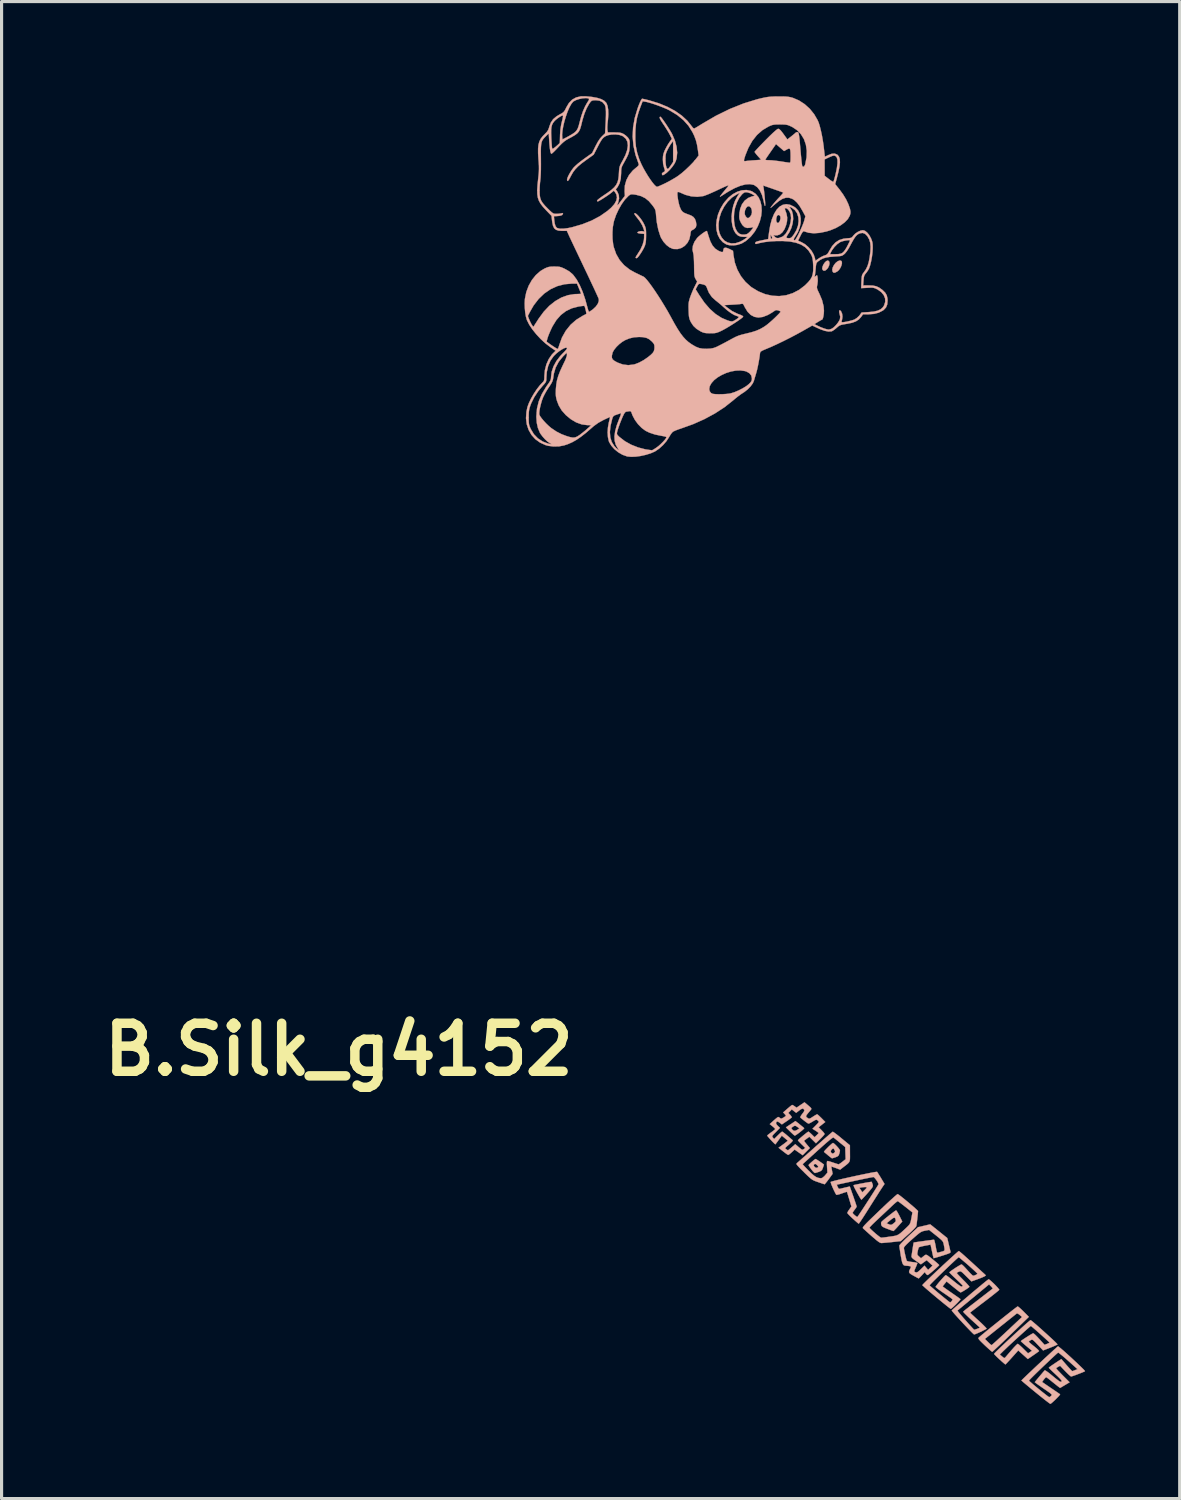
<source format=kicad_pcb>
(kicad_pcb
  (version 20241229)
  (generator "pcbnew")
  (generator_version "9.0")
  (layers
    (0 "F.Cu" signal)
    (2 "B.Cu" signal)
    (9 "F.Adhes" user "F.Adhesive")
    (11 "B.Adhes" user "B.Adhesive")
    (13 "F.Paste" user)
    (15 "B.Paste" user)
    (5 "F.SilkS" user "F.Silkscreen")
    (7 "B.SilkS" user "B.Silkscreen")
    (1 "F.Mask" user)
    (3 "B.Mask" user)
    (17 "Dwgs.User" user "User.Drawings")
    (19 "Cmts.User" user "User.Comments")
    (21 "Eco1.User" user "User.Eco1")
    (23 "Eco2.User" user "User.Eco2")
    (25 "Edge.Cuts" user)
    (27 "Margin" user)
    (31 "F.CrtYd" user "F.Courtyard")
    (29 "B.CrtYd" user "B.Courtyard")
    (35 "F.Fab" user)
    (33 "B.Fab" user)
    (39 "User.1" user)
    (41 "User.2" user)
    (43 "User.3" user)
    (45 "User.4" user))
  (footprint "B.Silk_g4152"
    (layer "F.Cu")
    (at 7.7 30.245)
    (property "Reference" "B.Silk_g4152" (at 0 0 0) (layer "F.SilkS") (effects (font (size 1.524 1.524) (thickness 0.3))))
    (attr through_hole)
    (fp_poly (pts (xy 15.524 -25.027) (xy 15.556 -24.995) (xy 15.564 -24.939) (xy 15.551 -24.871) (xy 15.518 -24.801) (xy 15.485 -24.758) (xy 15.429 -24.712) (xy 15.382 -24.706) (xy 15.347 -24.732) (xy 15.333 -24.777) (xy 15.344 -24.838) (xy 15.372 -24.904) (xy 15.413 -24.965) (xy 15.459 -25.01) (xy 15.505 -25.03) (xy 15.524 -25.027)) (stroke (width 0.01) (type solid)) (fill yes) (layer "B.SilkS"))
    (fp_poly (pts (xy 15.928 -25.027) (xy 15.955 -24.996) (xy 15.959 -24.943) (xy 15.944 -24.875) (xy 15.913 -24.804) (xy 15.869 -24.737) (xy 15.816 -24.687) (xy 15.805 -24.68) (xy 15.742 -24.647) (xy 15.701 -24.642) (xy 15.672 -24.666) (xy 15.663 -24.681) (xy 15.651 -24.742) (xy 15.668 -24.813) (xy 15.706 -24.886) (xy 15.758 -24.953) (xy 15.819 -25.003) (xy 15.88 -25.03) (xy 15.928 -25.027)) (stroke (width 0.01) (type solid)) (fill yes) (layer "B.SilkS"))
    (fp_poly (pts (xy 14.618 2.374) (xy 14.682 2.426) (xy 14.732 2.467) (xy 14.76 2.493) (xy 14.762 2.496) (xy 14.751 2.513) (xy 14.714 2.548) (xy 14.66 2.593) (xy 14.599 2.641) (xy 14.54 2.684) (xy 14.492 2.717) (xy 14.463 2.73) (xy 14.462 2.731) (xy 14.441 2.716) (xy 14.398 2.679) (xy 14.341 2.625) (xy 14.315 2.599) (xy 14.221 2.506) (xy 14.356 2.506) (xy 14.381 2.538) (xy 14.381 2.538) (xy 14.429 2.575) (xy 14.482 2.576) (xy 14.548 2.543) (xy 14.548 2.543) (xy 14.608 2.503) (xy 14.551 2.458) (xy 14.497 2.423) (xy 14.456 2.418) (xy 14.408 2.444) (xy 14.394 2.454) (xy 14.359 2.484) (xy 14.356 2.506) (xy 14.221 2.506) (xy 14.183 2.468) (xy 14.484 2.268) (xy 14.618 2.374)) (stroke (width 0.01) (type solid)) (fill yes) (layer "B.SilkS"))
    (fp_poly (pts (xy 15.145 3.482) (xy 15.189 3.51) (xy 15.246 3.547) (xy 15.304 3.587) (xy 15.354 3.623) (xy 15.384 3.646) (xy 15.388 3.651) (xy 15.382 3.671) (xy 15.366 3.718) (xy 15.356 3.749) (xy 15.331 3.81) (xy 15.299 3.846) (xy 15.245 3.872) (xy 15.223 3.88) (xy 15.161 3.901) (xy 15.113 3.914) (xy 15.1 3.916) (xy 15.076 3.9) (xy 15.036 3.859) (xy 14.989 3.801) (xy 14.989 3.8) (xy 14.945 3.74) (xy 14.913 3.691) (xy 14.901 3.666) (xy 14.901 3.666) (xy 14.903 3.663) (xy 15.063 3.663) (xy 15.069 3.692) (xy 15.083 3.714) (xy 15.123 3.747) (xy 15.17 3.752) (xy 15.207 3.727) (xy 15.208 3.726) (xy 15.201 3.703) (xy 15.17 3.666) (xy 15.166 3.662) (xy 15.126 3.631) (xy 15.098 3.63) (xy 15.083 3.64) (xy 15.063 3.663) (xy 14.903 3.663) (xy 14.916 3.644) (xy 14.954 3.606) (xy 15.005 3.561) (xy 15.057 3.517) (xy 15.1 3.484) (xy 15.124 3.471) (xy 15.145 3.482)) (stroke (width 0.01) (type solid)) (fill yes) (layer "B.SilkS"))
    (fp_poly (pts (xy 17.694 5.119) (xy 17.724 5.166) (xy 17.762 5.236) (xy 17.784 5.279) (xy 17.872 5.456) (xy 17.738 5.607) (xy 17.679 5.672) (xy 17.631 5.722) (xy 17.599 5.752) (xy 17.592 5.757) (xy 17.567 5.749) (xy 17.513 5.73) (xy 17.439 5.702) (xy 17.4 5.688) (xy 17.313 5.653) (xy 17.258 5.626) (xy 17.226 5.601) (xy 17.21 5.572) (xy 17.205 5.558) (xy 17.202 5.511) (xy 17.375 5.511) (xy 17.435 5.537) (xy 17.486 5.558) (xy 17.522 5.561) (xy 17.56 5.542) (xy 17.603 5.51) (xy 17.65 5.469) (xy 17.667 5.435) (xy 17.663 5.399) (xy 17.648 5.352) (xy 17.626 5.332) (xy 17.592 5.341) (xy 17.538 5.377) (xy 17.496 5.411) (xy 17.375 5.511) (xy 17.202 5.511) (xy 17.201 5.493) (xy 17.215 5.464) (xy 17.243 5.437) (xy 17.294 5.393) (xy 17.362 5.337) (xy 17.438 5.277) (xy 17.514 5.217) (xy 17.584 5.164) (xy 17.639 5.124) (xy 17.672 5.103) (xy 17.677 5.101) (xy 17.694 5.119)) (stroke (width 0.01) (type solid)) (fill yes) (layer "B.SilkS"))
    (fp_poly (pts (xy 9.405 -26.53) (xy 9.447 -26.5) (xy 9.5 -26.447) (xy 9.558 -26.378) (xy 9.614 -26.301) (xy 9.662 -26.222) (xy 9.682 -26.183) (xy 9.711 -26.119) (xy 9.73 -26.065) (xy 9.741 -26.008) (xy 9.745 -25.937) (xy 9.746 -25.839) (xy 9.746 -25.813) (xy 9.743 -25.691) (xy 9.733 -25.593) (xy 9.71 -25.506) (xy 9.672 -25.42) (xy 9.615 -25.32) (xy 9.563 -25.239) (xy 9.508 -25.161) (xy 9.468 -25.117) (xy 9.437 -25.104) (xy 9.414 -25.116) (xy 9.418 -25.139) (xy 9.443 -25.184) (xy 9.473 -25.229) (xy 9.568 -25.38) (xy 9.636 -25.531) (xy 9.675 -25.671) (xy 9.682 -25.747) (xy 9.684 -25.876) (xy 9.588 -25.883) (xy 9.527 -25.891) (xy 9.483 -25.903) (xy 9.474 -25.909) (xy 9.474 -25.928) (xy 9.504 -25.946) (xy 9.552 -25.959) (xy 9.605 -25.964) (xy 9.633 -25.96) (xy 9.692 -25.948) (xy 9.67 -26.028) (xy 9.623 -26.148) (xy 9.545 -26.279) (xy 9.448 -26.405) (xy 9.396 -26.47) (xy 9.374 -26.512) (xy 9.379 -26.532) (xy 9.405 -26.53)) (stroke (width 0.01) (type solid)) (fill yes) (layer "B.SilkS"))
    (fp_poly (pts (xy 16.911 4.218) (xy 16.927 4.264) (xy 16.93 4.273) (xy 16.939 4.303) (xy 16.94 4.329) (xy 16.93 4.359) (xy 16.904 4.398) (xy 16.858 4.454) (xy 16.79 4.534) (xy 16.772 4.554) (xy 16.704 4.631) (xy 16.644 4.696) (xy 16.601 4.741) (xy 16.578 4.762) (xy 16.576 4.763) (xy 16.561 4.745) (xy 16.531 4.698) (xy 16.489 4.627) (xy 16.44 4.541) (xy 16.439 4.539) (xy 16.392 4.452) (xy 16.358 4.384) (xy 16.511 4.384) (xy 16.558 4.456) (xy 16.605 4.528) (xy 16.686 4.449) (xy 16.731 4.402) (xy 16.746 4.376) (xy 16.734 4.364) (xy 16.731 4.364) (xy 16.689 4.362) (xy 16.626 4.367) (xy 16.603 4.37) (xy 16.511 4.384) (xy 16.358 4.384) (xy 16.355 4.379) (xy 16.332 4.327) (xy 16.327 4.304) (xy 16.327 4.304) (xy 16.35 4.296) (xy 16.405 4.284) (xy 16.482 4.268) (xy 16.573 4.251) (xy 16.668 4.233) (xy 16.757 4.217) (xy 16.832 4.205) (xy 16.884 4.197) (xy 16.902 4.197) (xy 16.911 4.218)) (stroke (width 0.01) (type solid)) (fill yes) (layer "B.SilkS"))
    (fp_poly (pts (xy 15.703 2.978) (xy 15.747 3.017) (xy 15.798 3.068) (xy 15.846 3.123) (xy 15.882 3.17) (xy 15.896 3.2) (xy 15.896 3.201) (xy 15.891 3.238) (xy 15.877 3.295) (xy 15.874 3.305) (xy 15.855 3.356) (xy 15.823 3.387) (xy 15.765 3.413) (xy 15.754 3.417) (xy 15.695 3.436) (xy 15.654 3.448) (xy 15.644 3.45) (xy 15.623 3.437) (xy 15.579 3.404) (xy 15.521 3.357) (xy 15.515 3.352) (xy 15.457 3.303) (xy 15.412 3.266) (xy 15.39 3.247) (xy 15.389 3.246) (xy 15.398 3.228) (xy 15.412 3.212) (xy 15.605 3.212) (xy 15.608 3.254) (xy 15.625 3.277) (xy 15.655 3.299) (xy 15.685 3.294) (xy 15.715 3.274) (xy 15.74 3.247) (xy 15.736 3.215) (xy 15.727 3.194) (xy 15.701 3.149) (xy 15.682 3.136) (xy 15.657 3.151) (xy 15.642 3.164) (xy 15.605 3.212) (xy 15.412 3.212) (xy 15.43 3.189) (xy 15.479 3.138) (xy 15.534 3.082) (xy 15.59 3.03) (xy 15.638 2.988) (xy 15.669 2.965) (xy 15.676 2.963) (xy 15.703 2.978)) (stroke (width 0.01) (type solid)) (fill yes) (layer "B.SilkS"))
    (fp_poly (pts (xy 21.558 8.163) (xy 21.605 8.202) (xy 21.667 8.259) (xy 21.724 8.315) (xy 21.888 8.48) (xy 21.315 9.034) (xy 21.186 9.159) (xy 21.066 9.274) (xy 20.959 9.376) (xy 20.868 9.461) (xy 20.797 9.527) (xy 20.748 9.571) (xy 20.727 9.588) (xy 20.726 9.588) (xy 20.706 9.575) (xy 20.661 9.537) (xy 20.597 9.48) (xy 20.52 9.409) (xy 20.488 9.379) (xy 20.402 9.296) (xy 20.342 9.236) (xy 20.307 9.195) (xy 20.298 9.18) (xy 20.493 9.18) (xy 20.591 9.278) (xy 20.644 9.329) (xy 20.685 9.364) (xy 20.706 9.377) (xy 20.725 9.363) (xy 20.77 9.323) (xy 20.839 9.262) (xy 20.927 9.181) (xy 21.03 9.086) (xy 21.144 8.98) (xy 21.197 8.93) (xy 21.672 8.484) (xy 21.599 8.42) (xy 21.544 8.379) (xy 21.508 8.372) (xy 21.5 8.376) (xy 21.477 8.394) (xy 21.426 8.435) (xy 21.35 8.496) (xy 21.254 8.572) (xy 21.143 8.661) (xy 21.02 8.759) (xy 20.983 8.788) (xy 20.493 9.18) (xy 20.298 9.18) (xy 20.291 9.168) (xy 20.29 9.149) (xy 20.299 9.138) (xy 20.333 9.107) (xy 20.394 9.055) (xy 20.477 8.987) (xy 20.576 8.905) (xy 20.688 8.814) (xy 20.809 8.717) (xy 20.933 8.617) (xy 21.057 8.518) (xy 21.175 8.424) (xy 21.284 8.338) (xy 21.378 8.264) (xy 21.454 8.206) (xy 21.507 8.166) (xy 21.532 8.15) (xy 21.534 8.149) (xy 21.558 8.163)) (stroke (width 0.01) (type solid)) (fill yes) (layer "B.SilkS"))
    (fp_poly (pts (xy 10.221 -29.574) (xy 10.257 -29.529) (xy 10.306 -29.461) (xy 10.362 -29.38) (xy 10.421 -29.291) (xy 10.477 -29.203) (xy 10.527 -29.121) (xy 10.565 -29.055) (xy 10.573 -29.039) (xy 10.66 -28.836) (xy 10.713 -28.639) (xy 10.732 -28.452) (xy 10.715 -28.279) (xy 10.687 -28.183) (xy 10.642 -28.095) (xy 10.573 -27.997) (xy 10.49 -27.9) (xy 10.403 -27.817) (xy 10.331 -27.764) (xy 10.287 -27.74) (xy 10.265 -27.739) (xy 10.252 -27.76) (xy 10.252 -27.761) (xy 10.248 -27.787) (xy 10.264 -27.811) (xy 10.309 -27.842) (xy 10.327 -27.853) (xy 10.342 -27.87) (xy 10.341 -27.901) (xy 10.323 -27.957) (xy 10.317 -27.974) (xy 10.286 -28.097) (xy 10.278 -28.236) (xy 10.361 -28.236) (xy 10.366 -28.123) (xy 10.378 -28.032) (xy 10.397 -27.968) (xy 10.422 -27.937) (xy 10.448 -27.942) (xy 10.475 -27.972) (xy 10.514 -28.024) (xy 10.54 -28.062) (xy 10.604 -28.159) (xy 10.604 -28.818) (xy 10.553 -28.755) (xy 10.516 -28.703) (xy 10.472 -28.629) (xy 10.431 -28.554) (xy 10.396 -28.479) (xy 10.375 -28.418) (xy 10.364 -28.352) (xy 10.361 -28.266) (xy 10.361 -28.236) (xy 10.278 -28.236) (xy 10.278 -28.238) (xy 10.282 -28.336) (xy 10.297 -28.415) (xy 10.326 -28.496) (xy 10.347 -28.542) (xy 10.393 -28.632) (xy 10.446 -28.723) (xy 10.489 -28.788) (xy 10.564 -28.89) (xy 10.497 -29.024) (xy 10.456 -29.099) (xy 10.398 -29.194) (xy 10.334 -29.295) (xy 10.294 -29.354) (xy 10.229 -29.452) (xy 10.19 -29.521) (xy 10.175 -29.565) (xy 10.184 -29.587) (xy 10.202 -29.591) (xy 10.221 -29.574)) (stroke (width 0.01) (type solid)) (fill yes) (layer "B.SilkS"))
    (fp_poly (pts (xy 17.751 4.599) (xy 17.801 4.635) (xy 17.87 4.689) (xy 17.952 4.755) (xy 18.04 4.828) (xy 18.129 4.903) (xy 18.213 4.974) (xy 18.285 5.038) (xy 18.339 5.088) (xy 18.369 5.119) (xy 18.373 5.126) (xy 18.37 5.16) (xy 18.364 5.225) (xy 18.355 5.308) (xy 18.345 5.399) (xy 18.335 5.485) (xy 18.326 5.554) (xy 18.32 5.596) (xy 18.32 5.599) (xy 18.301 5.627) (xy 18.257 5.677) (xy 18.192 5.743) (xy 18.112 5.819) (xy 18.067 5.859) (xy 17.823 6.078) (xy 17.542 6.108) (xy 17.433 6.119) (xy 17.334 6.128) (xy 17.256 6.135) (xy 17.21 6.138) (xy 17.206 6.138) (xy 17.172 6.129) (xy 17.123 6.1) (xy 17.054 6.048) (xy 16.962 5.97) (xy 16.909 5.924) (xy 16.822 5.847) (xy 16.744 5.777) (xy 16.682 5.72) (xy 16.641 5.684) (xy 16.632 5.675) (xy 16.624 5.664) (xy 16.622 5.651) (xy 16.832 5.651) (xy 16.853 5.679) (xy 16.899 5.724) (xy 16.96 5.78) (xy 17.028 5.84) (xy 17.095 5.895) (xy 17.152 5.939) (xy 17.192 5.965) (xy 17.203 5.969) (xy 17.238 5.966) (xy 17.305 5.959) (xy 17.394 5.947) (xy 17.484 5.934) (xy 17.578 5.921) (xy 17.65 5.908) (xy 17.707 5.891) (xy 17.758 5.865) (xy 17.812 5.827) (xy 17.877 5.77) (xy 17.961 5.692) (xy 18.001 5.654) (xy 18.062 5.595) (xy 18.101 5.55) (xy 18.125 5.505) (xy 18.143 5.446) (xy 18.16 5.36) (xy 18.162 5.351) (xy 18.196 5.167) (xy 17.973 4.991) (xy 17.89 4.926) (xy 17.817 4.87) (xy 17.763 4.83) (xy 17.734 4.809) (xy 17.732 4.808) (xy 17.71 4.819) (xy 17.665 4.854) (xy 17.604 4.907) (xy 17.54 4.967) (xy 17.462 5.041) (xy 17.363 5.134) (xy 17.254 5.236) (xy 17.145 5.338) (xy 17.096 5.384) (xy 17.008 5.467) (xy 16.933 5.539) (xy 16.876 5.598) (xy 16.841 5.637) (xy 16.832 5.651) (xy 16.622 5.651) (xy 16.622 5.651) (xy 16.631 5.631) (xy 16.651 5.603) (xy 16.687 5.562) (xy 16.74 5.506) (xy 16.813 5.433) (xy 16.91 5.339) (xy 17.033 5.221) (xy 17.147 5.111) (xy 17.274 4.99) (xy 17.393 4.878) (xy 17.499 4.78) (xy 17.589 4.699) (xy 17.659 4.637) (xy 17.706 4.598) (xy 17.726 4.585) (xy 17.751 4.599)) (stroke (width 0.01) (type solid)) (fill yes) (layer "B.SilkS"))
    (fp_poly (pts (xy 20.634 7.298) (xy 20.677 7.333) (xy 20.733 7.384) (xy 20.796 7.444) (xy 20.856 7.506) (xy 20.907 7.561) (xy 20.941 7.604) (xy 20.95 7.619) (xy 20.936 7.636) (xy 20.891 7.674) (xy 20.822 7.73) (xy 20.731 7.802) (xy 20.623 7.886) (xy 20.503 7.978) (xy 20.49 7.988) (xy 20.368 8.08) (xy 20.259 8.164) (xy 20.165 8.236) (xy 20.092 8.292) (xy 20.043 8.331) (xy 20.024 8.347) (xy 20.024 8.347) (xy 20.039 8.362) (xy 20.08 8.402) (xy 20.142 8.459) (xy 20.22 8.532) (xy 20.289 8.594) (xy 20.376 8.674) (xy 20.45 8.746) (xy 20.506 8.803) (xy 20.54 8.84) (xy 20.547 8.853) (xy 20.527 8.868) (xy 20.478 8.895) (xy 20.41 8.929) (xy 20.334 8.965) (xy 20.26 8.998) (xy 20.198 9.024) (xy 20.158 9.037) (xy 20.152 9.038) (xy 20.133 9.023) (xy 20.089 8.982) (xy 20.025 8.917) (xy 19.945 8.834) (xy 19.853 8.738) (xy 19.787 8.667) (xy 19.69 8.563) (xy 19.604 8.468) (xy 19.532 8.388) (xy 19.479 8.326) (xy 19.448 8.288) (xy 19.444 8.281) (xy 19.622 8.281) (xy 19.659 8.33) (xy 19.696 8.377) (xy 19.751 8.442) (xy 19.817 8.519) (xy 19.89 8.601) (xy 19.963 8.684) (xy 20.032 8.76) (xy 20.09 8.824) (xy 20.133 8.869) (xy 20.154 8.889) (xy 20.156 8.889) (xy 20.183 8.882) (xy 20.234 8.865) (xy 20.255 8.857) (xy 20.338 8.823) (xy 20.068 8.576) (xy 19.98 8.495) (xy 19.905 8.423) (xy 19.847 8.366) (xy 19.813 8.328) (xy 19.805 8.315) (xy 19.823 8.299) (xy 19.87 8.26) (xy 19.943 8.203) (xy 20.035 8.13) (xy 20.144 8.046) (xy 20.264 7.953) (xy 20.273 7.946) (xy 20.394 7.853) (xy 20.503 7.769) (xy 20.597 7.696) (xy 20.671 7.639) (xy 20.721 7.601) (xy 20.742 7.584) (xy 20.742 7.584) (xy 20.735 7.566) (xy 20.705 7.53) (xy 20.689 7.513) (xy 20.625 7.45) (xy 19.622 8.281) (xy 19.444 8.281) (xy 19.442 8.278) (xy 19.457 8.261) (xy 19.501 8.22) (xy 19.568 8.161) (xy 19.655 8.085) (xy 19.757 7.997) (xy 19.869 7.902) (xy 19.987 7.801) (xy 20.106 7.7) (xy 20.223 7.603) (xy 20.332 7.512) (xy 20.429 7.431) (xy 20.51 7.365) (xy 20.571 7.317) (xy 20.606 7.291) (xy 20.612 7.287) (xy 20.634 7.298)) (stroke (width 0.01) (type solid)) (fill yes) (layer "B.SilkS"))
    (fp_poly (pts (xy 15.688 2.617) (xy 15.736 2.651) (xy 15.805 2.703) (xy 15.889 2.769) (xy 15.948 2.819) (xy 16.212 3.037) (xy 16.213 3.299) (xy 16.214 3.407) (xy 16.212 3.483) (xy 16.203 3.536) (xy 16.182 3.578) (xy 16.145 3.618) (xy 16.086 3.667) (xy 16.01 3.725) (xy 15.902 3.81) (xy 15.762 3.757) (xy 15.693 3.733) (xy 15.643 3.716) (xy 15.621 3.712) (xy 15.621 3.712) (xy 15.625 3.735) (xy 15.634 3.787) (xy 15.642 3.831) (xy 15.663 3.942) (xy 15.542 4.108) (xy 15.489 4.179) (xy 15.445 4.234) (xy 15.417 4.267) (xy 15.409 4.273) (xy 15.386 4.266) (xy 15.332 4.249) (xy 15.256 4.223) (xy 15.203 4.205) (xy 15.131 4.18) (xy 15.074 4.157) (xy 15.026 4.132) (xy 14.978 4.098) (xy 14.923 4.051) (xy 14.853 3.986) (xy 14.762 3.897) (xy 14.751 3.885) (xy 14.658 3.793) (xy 14.591 3.725) (xy 14.548 3.678) (xy 14.525 3.646) (xy 14.521 3.635) (xy 14.712 3.635) (xy 14.722 3.651) (xy 14.758 3.692) (xy 14.813 3.751) (xy 14.883 3.823) (xy 14.901 3.841) (xy 14.998 3.935) (xy 15.076 4.002) (xy 15.142 4.045) (xy 15.205 4.07) (xy 15.272 4.081) (xy 15.297 4.083) (xy 15.343 4.066) (xy 15.403 4.015) (xy 15.421 3.995) (xy 15.498 3.905) (xy 15.486 3.72) (xy 15.481 3.628) (xy 15.482 3.57) (xy 15.489 3.542) (xy 15.501 3.535) (xy 15.533 3.541) (xy 15.594 3.558) (xy 15.67 3.583) (xy 15.684 3.588) (xy 15.76 3.613) (xy 15.82 3.632) (xy 15.853 3.64) (xy 15.856 3.641) (xy 15.879 3.628) (xy 15.925 3.597) (xy 15.974 3.56) (xy 16.076 3.479) (xy 16.069 3.285) (xy 16.063 3.092) (xy 15.889 2.95) (xy 15.815 2.889) (xy 15.752 2.838) (xy 15.707 2.802) (xy 15.691 2.789) (xy 15.67 2.795) (xy 15.624 2.826) (xy 15.551 2.884) (xy 15.451 2.969) (xy 15.323 3.082) (xy 15.194 3.198) (xy 15.075 3.306) (xy 14.967 3.404) (xy 14.873 3.489) (xy 14.797 3.558) (xy 14.743 3.607) (xy 14.715 3.632) (xy 14.712 3.635) (xy 14.521 3.635) (xy 14.518 3.625) (xy 14.523 3.61) (xy 14.535 3.599) (xy 14.56 3.578) (xy 14.612 3.532) (xy 14.689 3.464) (xy 14.785 3.38) (xy 14.896 3.281) (xy 15.019 3.172) (xy 15.11 3.09) (xy 15.238 2.977) (xy 15.356 2.873) (xy 15.46 2.782) (xy 15.547 2.706) (xy 15.613 2.65) (xy 15.654 2.616) (xy 15.665 2.607) (xy 15.688 2.617)) (stroke (width 0.01) (type solid)) (fill yes) (layer "B.SilkS"))
    (fp_poly (pts (xy 17.074 3.88) (xy 17.09 3.903) (xy 17.122 3.954) (xy 17.166 4.024) (xy 17.199 4.079) (xy 17.31 4.264) (xy 17.231 4.381) (xy 17.199 4.43) (xy 17.148 4.508) (xy 17.083 4.611) (xy 17.006 4.732) (xy 16.922 4.864) (xy 16.834 5.003) (xy 16.829 5.011) (xy 16.746 5.143) (xy 16.67 5.262) (xy 16.604 5.364) (xy 16.55 5.445) (xy 16.512 5.499) (xy 16.494 5.523) (xy 16.492 5.524) (xy 16.472 5.511) (xy 16.428 5.474) (xy 16.366 5.42) (xy 16.304 5.364) (xy 16.234 5.298) (xy 16.177 5.241) (xy 16.14 5.2) (xy 16.129 5.182) (xy 16.141 5.154) (xy 16.17 5.105) (xy 16.195 5.07) (xy 16.26 4.978) (xy 16.191 4.749) (xy 16.163 4.657) (xy 16.14 4.582) (xy 16.124 4.531) (xy 16.117 4.513) (xy 16.097 4.517) (xy 16.047 4.532) (xy 15.978 4.556) (xy 15.961 4.562) (xy 15.885 4.588) (xy 15.823 4.604) (xy 15.786 4.609) (xy 15.783 4.608) (xy 15.766 4.586) (xy 15.739 4.535) (xy 15.705 4.466) (xy 15.669 4.388) (xy 15.637 4.312) (xy 15.628 4.287) (xy 15.794 4.287) (xy 15.824 4.358) (xy 15.849 4.405) (xy 15.878 4.42) (xy 15.901 4.417) (xy 15.947 4.405) (xy 16.017 4.389) (xy 16.078 4.374) (xy 16.207 4.344) (xy 16.317 4.654) (xy 16.354 4.762) (xy 16.386 4.856) (xy 16.41 4.928) (xy 16.424 4.972) (xy 16.426 4.982) (xy 16.413 5.008) (xy 16.382 5.053) (xy 16.362 5.08) (xy 16.324 5.131) (xy 16.302 5.171) (xy 16.298 5.182) (xy 16.313 5.206) (xy 16.349 5.242) (xy 16.393 5.279) (xy 16.431 5.306) (xy 16.447 5.312) (xy 16.46 5.295) (xy 16.494 5.247) (xy 16.544 5.172) (xy 16.609 5.075) (xy 16.684 4.96) (xy 16.767 4.831) (xy 16.785 4.803) (xy 16.87 4.672) (xy 16.947 4.552) (xy 17.013 4.448) (xy 17.066 4.364) (xy 17.102 4.306) (xy 17.119 4.278) (xy 17.12 4.277) (xy 17.113 4.245) (xy 17.087 4.194) (xy 17.049 4.137) (xy 17.009 4.085) (xy 16.974 4.05) (xy 16.958 4.043) (xy 16.929 4.048) (xy 16.864 4.06) (xy 16.769 4.079) (xy 16.65 4.103) (xy 16.513 4.132) (xy 16.363 4.164) (xy 16.359 4.165) (xy 15.794 4.287) (xy 15.628 4.287) (xy 15.613 4.248) (xy 15.601 4.207) (xy 15.6 4.201) (xy 15.62 4.192) (xy 15.675 4.176) (xy 15.761 4.154) (xy 15.871 4.127) (xy 16 4.097) (xy 16.142 4.065) (xy 16.292 4.032) (xy 16.443 3.999) (xy 16.59 3.968) (xy 16.728 3.94) (xy 16.85 3.915) (xy 16.951 3.896) (xy 17.025 3.884) (xy 17.067 3.879) (xy 17.074 3.88)) (stroke (width 0.01) (type solid)) (fill yes) (layer "B.SilkS"))
    (fp_poly (pts (xy 21.964 8.597) (xy 22.012 8.635) (xy 22.079 8.692) (xy 22.163 8.765) (xy 22.257 8.848) (xy 22.357 8.938) (xy 22.458 9.029) (xy 22.554 9.117) (xy 22.641 9.197) (xy 22.713 9.265) (xy 22.765 9.317) (xy 22.793 9.347) (xy 22.797 9.353) (xy 22.778 9.366) (xy 22.728 9.39) (xy 22.653 9.422) (xy 22.569 9.456) (xy 22.341 9.545) (xy 22.172 9.366) (xy 22.1 9.29) (xy 22.05 9.24) (xy 22.015 9.213) (xy 21.99 9.203) (xy 21.968 9.207) (xy 21.945 9.219) (xy 21.904 9.246) (xy 21.886 9.268) (xy 21.886 9.268) (xy 21.902 9.288) (xy 21.944 9.326) (xy 22.007 9.378) (xy 22.058 9.418) (xy 22.127 9.475) (xy 22.179 9.523) (xy 22.208 9.556) (xy 22.211 9.568) (xy 22.187 9.586) (xy 22.136 9.623) (xy 22.068 9.671) (xy 22.024 9.701) (xy 21.856 9.817) (xy 21.704 9.681) (xy 21.552 9.545) (xy 21.354 9.766) (xy 21.282 9.846) (xy 21.22 9.913) (xy 21.174 9.962) (xy 21.148 9.987) (xy 21.145 9.989) (xy 21.126 9.976) (xy 21.083 9.94) (xy 21.022 9.887) (xy 20.96 9.83) (xy 20.89 9.765) (xy 20.834 9.709) (xy 20.802 9.675) (xy 20.966 9.675) (xy 21.04 9.737) (xy 21.086 9.774) (xy 21.113 9.786) (xy 21.133 9.775) (xy 21.147 9.759) (xy 21.174 9.728) (xy 21.221 9.673) (xy 21.283 9.601) (xy 21.347 9.527) (xy 21.413 9.452) (xy 21.471 9.391) (xy 21.514 9.35) (xy 21.535 9.335) (xy 21.535 9.335) (xy 21.559 9.349) (xy 21.604 9.387) (xy 21.665 9.442) (xy 21.71 9.486) (xy 21.862 9.637) (xy 21.925 9.597) (xy 21.989 9.557) (xy 21.812 9.409) (xy 21.74 9.348) (xy 21.682 9.297) (xy 21.645 9.262) (xy 21.635 9.25) (xy 21.651 9.235) (xy 21.695 9.204) (xy 21.757 9.162) (xy 21.829 9.116) (xy 21.9 9.071) (xy 21.963 9.033) (xy 22.009 9.007) (xy 22.025 9) (xy 22.048 9.013) (xy 22.092 9.051) (xy 22.151 9.11) (xy 22.218 9.181) (xy 22.385 9.367) (xy 22.464 9.338) (xy 22.513 9.316) (xy 22.54 9.298) (xy 22.542 9.295) (xy 22.527 9.278) (xy 22.486 9.239) (xy 22.425 9.182) (xy 22.351 9.115) (xy 22.269 9.041) (xy 22.185 8.966) (xy 22.106 8.897) (xy 22.037 8.837) (xy 21.985 8.793) (xy 21.955 8.77) (xy 21.952 8.768) (xy 21.934 8.781) (xy 21.89 8.818) (xy 21.824 8.876) (xy 21.741 8.95) (xy 21.646 9.036) (xy 21.543 9.13) (xy 21.436 9.228) (xy 21.331 9.325) (xy 21.232 9.417) (xy 21.144 9.501) (xy 21.071 9.571) (xy 21.04 9.602) (xy 20.966 9.675) (xy 20.802 9.675) (xy 20.797 9.669) (xy 20.786 9.653) (xy 20.801 9.634) (xy 20.843 9.59) (xy 20.908 9.526) (xy 20.992 9.445) (xy 21.091 9.352) (xy 21.2 9.25) (xy 21.315 9.143) (xy 21.431 9.035) (xy 21.546 8.93) (xy 21.653 8.833) (xy 21.75 8.746) (xy 21.832 8.673) (xy 21.894 8.62) (xy 21.932 8.589) (xy 21.943 8.583) (xy 21.964 8.597)) (stroke (width 0.01) (type solid)) (fill yes) (layer "B.SilkS"))
    (fp_poly (pts (xy 13.066 -27.24) (xy 13.112 -27.221) (xy 13.225 -27.144) (xy 13.311 -27.039) (xy 13.371 -26.912) (xy 13.405 -26.767) (xy 13.414 -26.609) (xy 13.397 -26.443) (xy 13.354 -26.274) (xy 13.286 -26.108) (xy 13.194 -25.949) (xy 13.077 -25.801) (xy 13.045 -25.769) (xy 12.91 -25.65) (xy 12.776 -25.57) (xy 12.636 -25.525) (xy 12.52 -25.511) (xy 12.393 -25.515) (xy 12.302 -25.537) (xy 12.298 -25.538) (xy 12.179 -25.613) (xy 12.087 -25.716) (xy 12.021 -25.843) (xy 11.982 -25.989) (xy 11.97 -26.149) (xy 11.971 -26.158) (xy 12.044 -26.158) (xy 12.049 -26.029) (xy 12.068 -25.926) (xy 12.103 -25.835) (xy 12.147 -25.757) (xy 12.23 -25.662) (xy 12.335 -25.601) (xy 12.457 -25.573) (xy 12.588 -25.581) (xy 12.725 -25.626) (xy 12.753 -25.64) (xy 12.824 -25.679) (xy 12.886 -25.719) (xy 12.912 -25.737) (xy 12.965 -25.78) (xy 12.846 -25.781) (xy 12.751 -25.789) (xy 12.678 -25.815) (xy 12.656 -25.829) (xy 12.579 -25.904) (xy 12.521 -26.01) (xy 12.482 -26.14) (xy 12.461 -26.289) (xy 12.46 -26.415) (xy 12.533 -26.415) (xy 12.537 -26.277) (xy 12.554 -26.15) (xy 12.582 -26.048) (xy 12.588 -26.035) (xy 12.641 -25.94) (xy 12.702 -25.882) (xy 12.78 -25.855) (xy 12.88 -25.855) (xy 12.936 -25.866) (xy 12.984 -25.893) (xy 13.039 -25.944) (xy 13.055 -25.961) (xy 13.101 -26.015) (xy 13.134 -26.057) (xy 13.145 -26.076) (xy 13.126 -26.082) (xy 13.079 -26.077) (xy 13.048 -26.07) (xy 12.95 -26.063) (xy 12.869 -26.091) (xy 12.8 -26.156) (xy 12.75 -26.24) (xy 12.721 -26.306) (xy 12.705 -26.363) (xy 12.701 -26.428) (xy 12.705 -26.512) (xy 12.71 -26.545) (xy 12.872 -26.545) (xy 12.878 -26.492) (xy 12.902 -26.437) (xy 12.939 -26.393) (xy 12.976 -26.374) (xy 12.978 -26.374) (xy 13.005 -26.387) (xy 13.045 -26.421) (xy 13.05 -26.426) (xy 13.088 -26.485) (xy 13.104 -26.557) (xy 13.1 -26.631) (xy 13.078 -26.696) (xy 13.039 -26.74) (xy 12.994 -26.755) (xy 12.95 -26.736) (xy 12.912 -26.686) (xy 12.884 -26.619) (xy 12.872 -26.545) (xy 12.71 -26.545) (xy 12.732 -26.675) (xy 12.788 -26.815) (xy 12.872 -26.929) (xy 12.979 -27.013) (xy 13.093 -27.059) (xy 13.195 -27.085) (xy 13.116 -27.134) (xy 13.043 -27.168) (xy 12.965 -27.192) (xy 12.952 -27.194) (xy 12.898 -27.197) (xy 12.858 -27.186) (xy 12.814 -27.153) (xy 12.785 -27.125) (xy 12.705 -27.024) (xy 12.634 -26.887) (xy 12.574 -26.72) (xy 12.56 -26.669) (xy 12.54 -26.55) (xy 12.533 -26.415) (xy 12.46 -26.415) (xy 12.46 -26.449) (xy 12.477 -26.613) (xy 12.513 -26.775) (xy 12.569 -26.928) (xy 12.643 -27.066) (xy 12.648 -27.073) (xy 12.718 -27.177) (xy 12.619 -27.126) (xy 12.469 -27.028) (xy 12.335 -26.896) (xy 12.221 -26.739) (xy 12.131 -26.564) (xy 12.071 -26.38) (xy 12.045 -26.195) (xy 12.044 -26.158) (xy 11.971 -26.158) (xy 11.986 -26.318) (xy 12.028 -26.492) (xy 12.099 -26.665) (xy 12.197 -26.832) (xy 12.233 -26.882) (xy 12.357 -27.023) (xy 12.494 -27.134) (xy 12.639 -27.213) (xy 12.785 -27.258) (xy 12.929 -27.268) (xy 13.066 -27.24)) (stroke (width 0.01) (type solid)) (fill yes) (layer "B.SilkS"))
    (fp_poly (pts (xy 22.833 9.426) (xy 22.879 9.462) (xy 22.946 9.519) (xy 23.028 9.59) (xy 23.12 9.673) (xy 23.219 9.763) (xy 23.318 9.855) (xy 23.414 9.945) (xy 23.501 10.028) (xy 23.575 10.1) (xy 23.631 10.156) (xy 23.663 10.192) (xy 23.669 10.204) (xy 23.642 10.218) (xy 23.586 10.242) (xy 23.511 10.272) (xy 23.428 10.304) (xy 23.348 10.334) (xy 23.28 10.357) (xy 23.237 10.37) (xy 23.228 10.372) (xy 23.205 10.357) (xy 23.159 10.318) (xy 23.099 10.26) (xy 23.042 10.202) (xy 22.88 10.032) (xy 22.817 10.065) (xy 22.774 10.091) (xy 22.754 10.111) (xy 22.754 10.113) (xy 22.768 10.132) (xy 22.807 10.176) (xy 22.866 10.237) (xy 22.938 10.312) (xy 22.967 10.341) (xy 23.181 10.555) (xy 23.03 10.645) (xy 22.879 10.735) (xy 22.811 10.683) (xy 22.763 10.645) (xy 22.695 10.591) (xy 22.619 10.53) (xy 22.598 10.512) (xy 22.531 10.459) (xy 22.477 10.418) (xy 22.443 10.395) (xy 22.436 10.393) (xy 22.417 10.407) (xy 22.384 10.442) (xy 22.35 10.486) (xy 22.322 10.525) (xy 22.312 10.548) (xy 22.313 10.549) (xy 22.332 10.562) (xy 22.38 10.595) (xy 22.451 10.644) (xy 22.538 10.703) (xy 22.595 10.742) (xy 22.69 10.806) (xy 22.772 10.862) (xy 22.835 10.905) (xy 22.872 10.931) (xy 22.88 10.937) (xy 22.871 10.954) (xy 22.839 10.993) (xy 22.79 11.044) (xy 22.733 11.102) (xy 22.674 11.157) (xy 22.623 11.203) (xy 22.585 11.233) (xy 22.572 11.239) (xy 22.549 11.227) (xy 22.499 11.19) (xy 22.425 11.134) (xy 22.332 11.06) (xy 22.224 10.974) (xy 22.106 10.878) (xy 22.101 10.874) (xy 21.984 10.778) (xy 21.878 10.69) (xy 21.788 10.615) (xy 21.718 10.556) (xy 21.672 10.515) (xy 21.658 10.502) (xy 21.891 10.502) (xy 21.909 10.522) (xy 21.955 10.562) (xy 22.02 10.619) (xy 22.1 10.686) (xy 22.188 10.759) (xy 22.278 10.832) (xy 22.363 10.9) (xy 22.437 10.958) (xy 22.494 11.001) (xy 22.528 11.024) (xy 22.534 11.027) (xy 22.564 11.013) (xy 22.593 10.988) (xy 22.607 10.973) (xy 22.614 10.959) (xy 22.611 10.944) (xy 22.593 10.924) (xy 22.557 10.894) (xy 22.498 10.851) (xy 22.413 10.792) (xy 22.298 10.713) (xy 22.283 10.702) (xy 22.203 10.646) (xy 22.137 10.599) (xy 22.093 10.566) (xy 22.077 10.552) (xy 22.09 10.534) (xy 22.123 10.493) (xy 22.172 10.434) (xy 22.228 10.367) (xy 22.286 10.299) (xy 22.338 10.237) (xy 22.38 10.19) (xy 22.393 10.175) (xy 22.414 10.182) (xy 22.46 10.212) (xy 22.527 10.261) (xy 22.606 10.325) (xy 22.636 10.35) (xy 22.719 10.419) (xy 22.793 10.477) (xy 22.85 10.519) (xy 22.883 10.539) (xy 22.888 10.541) (xy 22.921 10.535) (xy 22.932 10.518) (xy 22.916 10.486) (xy 22.873 10.436) (xy 22.801 10.364) (xy 22.741 10.308) (xy 22.662 10.235) (xy 22.596 10.172) (xy 22.548 10.124) (xy 22.524 10.098) (xy 22.522 10.094) (xy 22.539 10.076) (xy 22.593 10.036) (xy 22.683 9.975) (xy 22.808 9.891) (xy 22.863 9.856) (xy 22.919 9.819) (xy 23.085 10.011) (xy 23.151 10.085) (xy 23.207 10.146) (xy 23.246 10.187) (xy 23.265 10.202) (xy 23.265 10.202) (xy 23.291 10.195) (xy 23.34 10.176) (xy 23.355 10.17) (xy 23.432 10.138) (xy 23.135 9.872) (xy 23.041 9.789) (xy 22.957 9.718) (xy 22.888 9.662) (xy 22.841 9.625) (xy 22.819 9.613) (xy 22.819 9.613) (xy 22.796 9.63) (xy 22.749 9.671) (xy 22.682 9.733) (xy 22.598 9.811) (xy 22.504 9.9) (xy 22.403 9.996) (xy 22.299 10.095) (xy 22.199 10.192) (xy 22.105 10.283) (xy 22.023 10.364) (xy 21.957 10.43) (xy 21.912 10.477) (xy 21.892 10.5) (xy 21.891 10.502) (xy 21.658 10.502) (xy 21.655 10.498) (xy 21.654 10.498) (xy 21.669 10.482) (xy 21.711 10.44) (xy 21.775 10.378) (xy 21.858 10.298) (xy 21.956 10.206) (xy 22.063 10.104) (xy 22.177 9.997) (xy 22.294 9.888) (xy 22.407 9.782) (xy 22.515 9.683) (xy 22.612 9.593) (xy 22.695 9.517) (xy 22.759 9.46) (xy 22.799 9.424) (xy 22.813 9.414) (xy 22.833 9.426)) (stroke (width 0.01) (type solid)) (fill yes) (layer "B.SilkS"))
    (fp_poly (pts (xy 19.03 5.762) (xy 19.3 5.98) (xy 19.345 6.17) (xy 19.366 6.26) (xy 19.385 6.338) (xy 19.398 6.393) (xy 19.402 6.407) (xy 19.404 6.426) (xy 19.395 6.443) (xy 19.368 6.46) (xy 19.318 6.48) (xy 19.239 6.507) (xy 19.143 6.538) (xy 19.043 6.569) (xy 18.959 6.594) (xy 18.898 6.611) (xy 18.868 6.618) (xy 18.866 6.618) (xy 18.86 6.596) (xy 18.847 6.542) (xy 18.83 6.465) (xy 18.816 6.401) (xy 18.771 6.189) (xy 18.594 6.222) (xy 18.512 6.239) (xy 18.445 6.256) (xy 18.406 6.269) (xy 18.401 6.272) (xy 18.387 6.302) (xy 18.371 6.358) (xy 18.362 6.399) (xy 18.351 6.463) (xy 18.352 6.503) (xy 18.371 6.534) (xy 18.404 6.564) (xy 18.467 6.621) (xy 18.547 6.557) (xy 18.58 6.531) (xy 18.605 6.514) (xy 18.63 6.51) (xy 18.661 6.521) (xy 18.703 6.549) (xy 18.765 6.597) (xy 18.853 6.668) (xy 18.878 6.689) (xy 18.948 6.747) (xy 19.003 6.795) (xy 19.037 6.828) (xy 19.044 6.839) (xy 19.025 6.861) (xy 18.982 6.902) (xy 18.924 6.956) (xy 18.857 7.014) (xy 18.791 7.07) (xy 18.733 7.116) (xy 18.692 7.147) (xy 18.677 7.154) (xy 18.648 7.139) (xy 18.619 7.107) (xy 18.585 7.059) (xy 18.494 7.16) (xy 18.445 7.211) (xy 18.409 7.247) (xy 18.393 7.26) (xy 18.371 7.25) (xy 18.322 7.224) (xy 18.254 7.187) (xy 18.229 7.173) (xy 18.15 7.127) (xy 18.105 7.092) (xy 18.088 7.058) (xy 18.096 7.014) (xy 18.125 6.952) (xy 18.131 6.94) (xy 18.148 6.899) (xy 18.139 6.88) (xy 18.113 6.871) (xy 18.056 6.862) (xy 18.001 6.858) (xy 17.954 6.854) (xy 17.919 6.84) (xy 17.892 6.807) (xy 17.87 6.752) (xy 17.85 6.667) (xy 17.828 6.548) (xy 17.825 6.53) (xy 17.808 6.424) (xy 17.794 6.332) (xy 17.789 6.296) (xy 17.923 6.296) (xy 17.933 6.362) (xy 17.949 6.443) (xy 17.968 6.529) (xy 17.987 6.609) (xy 18.004 6.67) (xy 18.016 6.701) (xy 18.017 6.702) (xy 18.046 6.716) (xy 18.105 6.729) (xy 18.182 6.74) (xy 18.193 6.741) (xy 18.269 6.75) (xy 18.325 6.762) (xy 18.351 6.773) (xy 18.352 6.775) (xy 18.343 6.803) (xy 18.323 6.856) (xy 18.298 6.914) (xy 18.271 6.977) (xy 18.254 7.022) (xy 18.251 7.038) (xy 18.292 7.065) (xy 18.328 7.071) (xy 18.367 7.054) (xy 18.419 7.011) (xy 18.459 6.972) (xy 18.578 6.855) (xy 18.635 6.923) (xy 18.693 6.991) (xy 18.763 6.923) (xy 18.833 6.854) (xy 18.74 6.768) (xy 18.647 6.682) (xy 18.555 6.748) (xy 18.463 6.814) (xy 18.31 6.706) (xy 18.237 6.654) (xy 18.193 6.617) (xy 18.171 6.588) (xy 18.165 6.56) (xy 18.169 6.532) (xy 18.177 6.48) (xy 18.189 6.401) (xy 18.203 6.311) (xy 18.205 6.297) (xy 18.217 6.218) (xy 18.228 6.157) (xy 18.234 6.125) (xy 18.235 6.123) (xy 18.255 6.118) (xy 18.309 6.11) (xy 18.387 6.098) (xy 18.481 6.085) (xy 18.582 6.071) (xy 18.68 6.057) (xy 18.768 6.046) (xy 18.836 6.037) (xy 18.875 6.033) (xy 18.88 6.032) (xy 18.89 6.052) (xy 18.904 6.104) (xy 18.921 6.181) (xy 18.933 6.245) (xy 18.951 6.344) (xy 18.966 6.406) (xy 18.981 6.439) (xy 18.996 6.448) (xy 19.002 6.446) (xy 19.042 6.434) (xy 19.103 6.417) (xy 19.127 6.411) (xy 19.176 6.397) (xy 19.204 6.379) (xy 19.215 6.348) (xy 19.211 6.296) (xy 19.195 6.213) (xy 19.192 6.196) (xy 19.181 6.146) (xy 19.167 6.107) (xy 19.145 6.072) (xy 19.109 6.034) (xy 19.053 5.985) (xy 18.972 5.919) (xy 18.946 5.898) (xy 18.725 5.722) (xy 18.594 5.746) (xy 18.545 5.757) (xy 18.503 5.77) (xy 18.461 5.791) (xy 18.413 5.823) (xy 18.352 5.872) (xy 18.271 5.941) (xy 18.191 6.012) (xy 18.082 6.109) (xy 18.004 6.184) (xy 17.954 6.238) (xy 17.928 6.276) (xy 17.923 6.296) (xy 17.789 6.296) (xy 17.784 6.262) (xy 17.78 6.223) (xy 17.78 6.22) (xy 17.795 6.196) (xy 17.836 6.148) (xy 17.9 6.082) (xy 17.98 6.002) (xy 18.072 5.915) (xy 18.077 5.91) (xy 18.374 5.634) (xy 18.759 5.545) (xy 19.03 5.762)) (stroke (width 0.01) (type solid)) (fill yes) (layer "B.SilkS"))
    (fp_poly (pts (xy 19.688 6.406) (xy 19.735 6.445) (xy 19.805 6.505) (xy 19.892 6.583) (xy 19.993 6.674) (xy 20.094 6.766) (xy 20.204 6.867) (xy 20.304 6.959) (xy 20.39 7.039) (xy 20.458 7.1) (xy 20.502 7.141) (xy 20.519 7.157) (xy 20.516 7.173) (xy 20.476 7.198) (xy 20.4 7.232) (xy 20.286 7.276) (xy 20.209 7.304) (xy 20.066 7.355) (xy 19.898 7.188) (xy 19.825 7.116) (xy 19.775 7.069) (xy 19.74 7.044) (xy 19.713 7.035) (xy 19.688 7.039) (xy 19.665 7.048) (xy 19.621 7.07) (xy 19.601 7.087) (xy 19.6 7.089) (xy 19.615 7.108) (xy 19.653 7.151) (xy 19.711 7.211) (xy 19.783 7.284) (xy 19.801 7.303) (xy 19.876 7.378) (xy 19.937 7.444) (xy 19.981 7.494) (xy 20.002 7.522) (xy 20.003 7.525) (xy 19.986 7.544) (xy 19.943 7.576) (xy 19.885 7.615) (xy 19.822 7.654) (xy 19.767 7.686) (xy 19.728 7.703) (xy 19.721 7.705) (xy 19.7 7.692) (xy 19.653 7.658) (xy 19.587 7.606) (xy 19.508 7.543) (xy 19.493 7.531) (xy 19.279 7.357) (xy 19.218 7.43) (xy 19.181 7.476) (xy 19.159 7.508) (xy 19.157 7.514) (xy 19.173 7.529) (xy 19.218 7.563) (xy 19.287 7.613) (xy 19.373 7.673) (xy 19.432 7.714) (xy 19.527 7.78) (xy 19.609 7.837) (xy 19.673 7.883) (xy 19.711 7.912) (xy 19.719 7.92) (xy 19.708 7.939) (xy 19.674 7.979) (xy 19.625 8.032) (xy 19.567 8.091) (xy 19.509 8.147) (xy 19.458 8.193) (xy 19.422 8.222) (xy 19.413 8.227) (xy 19.394 8.215) (xy 19.346 8.179) (xy 19.275 8.123) (xy 19.185 8.05) (xy 19.079 7.963) (xy 18.962 7.867) (xy 18.955 7.861) (xy 18.838 7.763) (xy 18.733 7.674) (xy 18.643 7.597) (xy 18.573 7.535) (xy 18.528 7.492) (xy 18.516 7.479) (xy 18.739 7.479) (xy 18.756 7.498) (xy 18.8 7.537) (xy 18.865 7.593) (xy 18.944 7.66) (xy 19.031 7.734) (xy 19.121 7.808) (xy 19.207 7.879) (xy 19.283 7.94) (xy 19.343 7.988) (xy 19.381 8.016) (xy 19.391 8.021) (xy 19.413 8.008) (xy 19.44 7.981) (xy 19.464 7.945) (xy 19.467 7.923) (xy 19.446 7.906) (xy 19.397 7.869) (xy 19.325 7.819) (xy 19.238 7.758) (xy 19.19 7.726) (xy 19.098 7.662) (xy 19.021 7.606) (xy 18.964 7.562) (xy 18.934 7.534) (xy 18.93 7.527) (xy 18.947 7.5) (xy 18.984 7.451) (xy 19.035 7.388) (xy 19.093 7.321) (xy 19.151 7.256) (xy 19.201 7.201) (xy 19.238 7.165) (xy 19.252 7.156) (xy 19.275 7.168) (xy 19.325 7.203) (xy 19.393 7.256) (xy 19.474 7.321) (xy 19.502 7.344) (xy 19.599 7.422) (xy 19.677 7.48) (xy 19.732 7.514) (xy 19.76 7.521) (xy 19.787 7.502) (xy 19.791 7.492) (xy 19.776 7.472) (xy 19.736 7.43) (xy 19.675 7.37) (xy 19.601 7.299) (xy 19.579 7.279) (xy 19.502 7.207) (xy 19.437 7.144) (xy 19.391 7.097) (xy 19.369 7.072) (xy 19.367 7.069) (xy 19.384 7.051) (xy 19.428 7.017) (xy 19.49 6.974) (xy 19.561 6.926) (xy 19.633 6.881) (xy 19.695 6.844) (xy 19.739 6.82) (xy 19.754 6.816) (xy 19.777 6.831) (xy 19.822 6.872) (xy 19.88 6.933) (xy 19.937 6.996) (xy 20.002 7.068) (xy 20.059 7.126) (xy 20.101 7.164) (xy 20.121 7.176) (xy 20.162 7.167) (xy 20.209 7.147) (xy 20.246 7.125) (xy 20.256 7.11) (xy 20.241 7.092) (xy 20.2 7.051) (xy 20.139 6.994) (xy 20.064 6.926) (xy 19.982 6.853) (xy 19.897 6.779) (xy 19.817 6.711) (xy 19.748 6.653) (xy 19.695 6.61) (xy 19.665 6.589) (xy 19.661 6.588) (xy 19.639 6.605) (xy 19.592 6.647) (xy 19.525 6.709) (xy 19.442 6.787) (xy 19.348 6.876) (xy 19.247 6.973) (xy 19.144 7.072) (xy 19.044 7.17) (xy 18.951 7.261) (xy 18.869 7.342) (xy 18.803 7.408) (xy 18.759 7.455) (xy 18.739 7.478) (xy 18.739 7.479) (xy 18.516 7.479) (xy 18.51 7.473) (xy 18.51 7.473) (xy 18.525 7.454) (xy 18.567 7.41) (xy 18.632 7.346) (xy 18.716 7.266) (xy 18.814 7.172) (xy 18.922 7.07) (xy 19.037 6.962) (xy 19.153 6.853) (xy 19.267 6.748) (xy 19.375 6.649) (xy 19.471 6.561) (xy 19.553 6.487) (xy 19.616 6.432) (xy 19.655 6.4) (xy 19.667 6.392) (xy 19.688 6.406)) (stroke (width 0.01) (type solid)) (fill yes) (layer "B.SilkS"))
    (fp_poly (pts (xy 14.888 1.772) (xy 14.949 1.825) (xy 14.981 1.86) (xy 14.989 1.884) (xy 14.979 1.904) (xy 14.95 1.939) (xy 14.906 1.991) (xy 14.884 2.017) (xy 14.838 2.075) (xy 14.821 2.113) (xy 14.831 2.141) (xy 14.868 2.17) (xy 14.87 2.172) (xy 14.901 2.189) (xy 14.928 2.192) (xy 14.963 2.178) (xy 15.019 2.144) (xy 15.039 2.13) (xy 15.101 2.091) (xy 15.149 2.063) (xy 15.172 2.053) (xy 15.193 2.067) (xy 15.236 2.105) (xy 15.292 2.158) (xy 15.309 2.175) (xy 15.43 2.298) (xy 15.219 2.465) (xy 15.314 2.561) (xy 15.364 2.614) (xy 15.398 2.657) (xy 15.409 2.679) (xy 15.395 2.702) (xy 15.357 2.747) (xy 15.302 2.805) (xy 15.272 2.836) (xy 15.134 2.973) (xy 15.03 2.869) (xy 14.925 2.766) (xy 14.844 2.826) (xy 14.795 2.862) (xy 14.763 2.887) (xy 14.756 2.892) (xy 14.765 2.91) (xy 14.795 2.95) (xy 14.841 3.006) (xy 14.845 3.011) (xy 14.942 3.125) (xy 14.827 3.238) (xy 14.713 3.352) (xy 14.585 3.262) (xy 14.458 3.173) (xy 14.365 3.259) (xy 14.313 3.304) (xy 14.271 3.335) (xy 14.253 3.343) (xy 14.229 3.33) (xy 14.181 3.296) (xy 14.118 3.248) (xy 14.092 3.228) (xy 13.949 3.115) (xy 14.099 3.006) (xy 14.165 2.956) (xy 14.214 2.917) (xy 14.24 2.894) (xy 14.242 2.89) (xy 14.223 2.874) (xy 14.181 2.839) (xy 14.143 2.807) (xy 14.051 2.731) (xy 13.955 2.863) (xy 13.908 2.927) (xy 13.871 2.977) (xy 13.85 3.004) (xy 13.849 3.006) (xy 13.832 2.996) (xy 13.796 2.962) (xy 13.747 2.913) (xy 13.695 2.857) (xy 13.646 2.802) (xy 13.608 2.757) (xy 13.603 2.75) (xy 13.747 2.75) (xy 13.75 2.77) (xy 13.767 2.792) (xy 13.769 2.794) (xy 13.809 2.838) (xy 13.927 2.721) (xy 13.985 2.665) (xy 14.032 2.624) (xy 14.06 2.604) (xy 14.063 2.603) (xy 14.086 2.617) (xy 14.132 2.652) (xy 14.194 2.702) (xy 14.232 2.735) (xy 14.299 2.793) (xy 14.355 2.842) (xy 14.392 2.873) (xy 14.4 2.88) (xy 14.393 2.899) (xy 14.36 2.938) (xy 14.306 2.989) (xy 14.28 3.012) (xy 14.213 3.069) (xy 14.175 3.105) (xy 14.161 3.128) (xy 14.166 3.144) (xy 14.187 3.161) (xy 14.188 3.161) (xy 14.226 3.186) (xy 14.246 3.195) (xy 14.266 3.183) (xy 14.308 3.149) (xy 14.364 3.102) (xy 14.367 3.099) (xy 14.478 3.002) (xy 14.59 3.098) (xy 14.649 3.147) (xy 14.686 3.173) (xy 14.712 3.178) (xy 14.736 3.166) (xy 14.749 3.157) (xy 14.796 3.121) (xy 14.679 3.006) (xy 14.624 2.95) (xy 14.583 2.906) (xy 14.563 2.881) (xy 14.563 2.879) (xy 14.578 2.861) (xy 14.618 2.823) (xy 14.674 2.775) (xy 14.738 2.721) (xy 14.8 2.671) (xy 14.853 2.63) (xy 14.887 2.607) (xy 14.894 2.603) (xy 14.917 2.617) (xy 14.959 2.653) (xy 15.001 2.692) (xy 15.091 2.781) (xy 15.155 2.72) (xy 15.195 2.68) (xy 15.217 2.652) (xy 15.219 2.647) (xy 15.202 2.63) (xy 15.16 2.599) (xy 15.122 2.574) (xy 15.025 2.513) (xy 15.133 2.403) (xy 15.188 2.346) (xy 15.217 2.311) (xy 15.224 2.288) (xy 15.213 2.269) (xy 15.202 2.258) (xy 15.172 2.234) (xy 15.145 2.226) (xy 15.11 2.237) (xy 15.055 2.267) (xy 15.025 2.286) (xy 14.965 2.321) (xy 14.918 2.344) (xy 14.899 2.349) (xy 14.87 2.336) (xy 14.816 2.298) (xy 14.741 2.24) (xy 14.651 2.167) (xy 14.639 2.156) (xy 14.641 2.132) (xy 14.666 2.087) (xy 14.7 2.041) (xy 14.747 1.979) (xy 14.766 1.938) (xy 14.761 1.91) (xy 14.76 1.909) (xy 14.734 1.878) (xy 14.703 1.873) (xy 14.658 1.894) (xy 14.602 1.934) (xy 14.507 2.007) (xy 14.438 1.953) (xy 14.368 1.899) (xy 14.313 1.955) (xy 14.258 2.01) (xy 14.317 2.072) (xy 14.352 2.115) (xy 14.367 2.147) (xy 14.366 2.152) (xy 14.344 2.172) (xy 14.296 2.208) (xy 14.231 2.255) (xy 14.204 2.273) (xy 14.054 2.375) (xy 13.983 2.321) (xy 13.932 2.288) (xy 13.9 2.284) (xy 13.888 2.291) (xy 13.867 2.326) (xy 13.876 2.364) (xy 13.917 2.414) (xy 13.928 2.424) (xy 13.992 2.485) (xy 13.861 2.618) (xy 13.798 2.681) (xy 13.762 2.723) (xy 13.747 2.75) (xy 13.603 2.75) (xy 13.59 2.731) (xy 13.59 2.728) (xy 13.605 2.711) (xy 13.648 2.677) (xy 13.707 2.632) (xy 13.716 2.626) (xy 13.778 2.581) (xy 13.823 2.544) (xy 13.843 2.522) (xy 13.843 2.521) (xy 13.828 2.5) (xy 13.789 2.462) (xy 13.756 2.435) (xy 13.669 2.365) (xy 13.793 2.252) (xy 13.854 2.199) (xy 13.904 2.159) (xy 13.933 2.14) (xy 13.937 2.139) (xy 13.966 2.151) (xy 13.992 2.17) (xy 14.019 2.189) (xy 14.048 2.187) (xy 14.094 2.164) (xy 14.105 2.158) (xy 14.152 2.127) (xy 14.179 2.105) (xy 14.182 2.1) (xy 14.169 2.077) (xy 14.138 2.041) (xy 14.095 1.995) (xy 14.231 1.876) (xy 14.294 1.822) (xy 14.345 1.781) (xy 14.377 1.759) (xy 14.382 1.757) (xy 14.408 1.768) (xy 14.452 1.796) (xy 14.458 1.8) (xy 14.519 1.844) (xy 14.645 1.758) (xy 14.771 1.673) (xy 14.888 1.772)) (stroke (width 0.01) (type solid)) (fill yes) (layer "B.SilkS"))
    (fp_poly (pts (xy 8.03 -30.22) (xy 8.195 -30.19) (xy 8.323 -30.15) (xy 8.417 -30.099) (xy 8.48 -30.036) (xy 8.488 -30.024) (xy 8.523 -29.938) (xy 8.543 -29.817) (xy 8.548 -29.67) (xy 8.537 -29.5) (xy 8.531 -29.454) (xy 8.521 -29.356) (xy 8.516 -29.264) (xy 8.517 -29.194) (xy 8.519 -29.172) (xy 8.532 -29.094) (xy 8.738 -29.094) (xy 8.838 -29.092) (xy 8.909 -29.087) (xy 8.963 -29.075) (xy 9.011 -29.055) (xy 9.037 -29.041) (xy 9.105 -28.993) (xy 9.165 -28.936) (xy 9.182 -28.914) (xy 9.206 -28.874) (xy 9.221 -28.835) (xy 9.227 -28.785) (xy 9.226 -28.711) (xy 9.224 -28.649) (xy 9.219 -28.575) (xy 9.212 -28.512) (xy 9.198 -28.454) (xy 9.176 -28.391) (xy 9.142 -28.317) (xy 9.093 -28.223) (xy 9.026 -28.102) (xy 9.007 -28.067) (xy 8.978 -28.009) (xy 8.962 -27.951) (xy 8.955 -27.878) (xy 8.954 -27.801) (xy 8.942 -27.625) (xy 8.906 -27.481) (xy 8.845 -27.366) (xy 8.839 -27.358) (xy 8.784 -27.286) (xy 8.837 -27.208) (xy 8.88 -27.108) (xy 8.889 -26.994) (xy 8.862 -26.877) (xy 8.858 -26.867) (xy 8.839 -26.817) (xy 8.833 -26.786) (xy 8.834 -26.783) (xy 8.849 -26.795) (xy 8.883 -26.834) (xy 8.93 -26.893) (xy 8.957 -26.929) (xy 9.073 -27.083) (xy 9.064 -27.225) (xy 9.072 -27.407) (xy 9.121 -27.582) (xy 9.206 -27.744) (xy 9.325 -27.887) (xy 9.402 -27.953) (xy 9.471 -28.01) (xy 9.507 -28.051) (xy 9.515 -28.08) (xy 9.514 -28.085) (xy 9.41 -28.382) (xy 9.345 -28.672) (xy 9.329 -28.853) (xy 9.404 -28.853) (xy 9.422 -28.649) (xy 9.461 -28.457) (xy 9.522 -28.264) (xy 9.554 -28.183) (xy 9.604 -28.071) (xy 9.665 -27.951) (xy 9.735 -27.829) (xy 9.807 -27.71) (xy 9.88 -27.6) (xy 9.949 -27.505) (xy 10.01 -27.431) (xy 10.06 -27.384) (xy 10.091 -27.369) (xy 10.124 -27.378) (xy 10.185 -27.403) (xy 10.267 -27.44) (xy 10.362 -27.485) (xy 10.374 -27.491) (xy 10.485 -27.549) (xy 10.597 -27.613) (xy 10.698 -27.673) (xy 10.765 -27.718) (xy 10.878 -27.804) (xy 11.002 -27.912) (xy 11.125 -28.029) (xy 11.237 -28.144) (xy 11.305 -28.225) (xy 12.853 -28.225) (xy 12.853 -28.193) (xy 12.869 -28.182) (xy 12.9 -28.184) (xy 12.906 -28.185) (xy 12.952 -28.192) (xy 13.028 -28.199) (xy 13.121 -28.207) (xy 13.181 -28.211) (xy 13.383 -28.225) (xy 13.525 -28.225) (xy 13.545 -28.219) (xy 13.595 -28.215) (xy 13.658 -28.213) (xy 13.736 -28.209) (xy 13.84 -28.198) (xy 13.954 -28.184) (xy 14.023 -28.174) (xy 14.121 -28.158) (xy 14.205 -28.146) (xy 14.267 -28.137) (xy 14.293 -28.134) (xy 14.31 -28.136) (xy 14.321 -28.153) (xy 14.327 -28.192) (xy 14.329 -28.259) (xy 14.33 -28.337) (xy 14.328 -28.45) (xy 14.322 -28.525) (xy 14.309 -28.568) (xy 14.287 -28.583) (xy 14.252 -28.575) (xy 14.208 -28.552) (xy 14.123 -28.503) (xy 13.995 -28.614) (xy 13.867 -28.725) (xy 13.696 -28.479) (xy 13.635 -28.391) (xy 13.583 -28.315) (xy 13.546 -28.259) (xy 13.527 -28.228) (xy 13.525 -28.225) (xy 13.383 -28.225) (xy 13.397 -28.226) (xy 13.293 -28.342) (xy 13.242 -28.401) (xy 13.205 -28.449) (xy 13.188 -28.476) (xy 13.188 -28.477) (xy 13.202 -28.497) (xy 13.242 -28.542) (xy 13.303 -28.608) (xy 13.382 -28.691) (xy 13.475 -28.787) (xy 13.54 -28.853) (xy 13.673 -28.986) (xy 13.779 -29.087) (xy 13.859 -29.158) (xy 13.912 -29.199) (xy 13.939 -29.21) (xy 13.972 -29.197) (xy 14.016 -29.157) (xy 14.074 -29.084) (xy 14.106 -29.041) (xy 14.228 -28.872) (xy 14.354 -28.971) (xy 14.416 -29.021) (xy 14.465 -29.062) (xy 14.49 -29.085) (xy 14.491 -29.087) (xy 14.519 -29.102) (xy 14.542 -29.104) (xy 14.557 -29.103) (xy 14.57 -29.095) (xy 14.581 -29.077) (xy 14.59 -29.043) (xy 14.599 -28.99) (xy 14.609 -28.912) (xy 14.62 -28.806) (xy 14.632 -28.666) (xy 14.646 -28.507) (xy 14.658 -28.372) (xy 14.67 -28.25) (xy 14.681 -28.148) (xy 14.691 -28.073) (xy 14.698 -28.032) (xy 14.699 -28.026) (xy 14.729 -28.003) (xy 14.761 -28.017) (xy 14.788 -28.065) (xy 14.795 -28.087) (xy 14.824 -28.238) (xy 15.409 -28.238) (xy 15.41 -27.978) (xy 15.411 -27.718) (xy 15.54 -27.618) (xy 15.603 -27.571) (xy 15.654 -27.539) (xy 15.683 -27.527) (xy 15.685 -27.528) (xy 15.697 -27.551) (xy 15.715 -27.608) (xy 15.737 -27.688) (xy 15.759 -27.776) (xy 15.798 -27.963) (xy 15.817 -28.113) (xy 15.816 -28.225) (xy 15.795 -28.3) (xy 15.782 -28.319) (xy 15.749 -28.348) (xy 15.713 -28.36) (xy 15.664 -28.352) (xy 15.594 -28.325) (xy 15.542 -28.301) (xy 15.409 -28.238) (xy 14.824 -28.238) (xy 14.837 -28.305) (xy 14.843 -28.513) (xy 14.815 -28.706) (xy 14.754 -28.881) (xy 14.66 -29.035) (xy 14.536 -29.165) (xy 14.383 -29.267) (xy 14.355 -29.28) (xy 14.287 -29.311) (xy 14.23 -29.331) (xy 14.172 -29.342) (xy 14.098 -29.346) (xy 13.995 -29.348) (xy 13.991 -29.348) (xy 13.887 -29.347) (xy 13.813 -29.342) (xy 13.754 -29.331) (xy 13.698 -29.312) (xy 13.632 -29.282) (xy 13.631 -29.282) (xy 13.436 -29.166) (xy 13.264 -29.014) (xy 13.116 -28.827) (xy 12.991 -28.605) (xy 12.898 -28.376) (xy 12.868 -28.284) (xy 12.853 -28.225) (xy 11.305 -28.225) (xy 11.325 -28.248) (xy 11.327 -28.251) (xy 11.413 -28.362) (xy 11.389 -28.54) (xy 11.361 -28.709) (xy 11.324 -28.854) (xy 11.271 -28.992) (xy 11.215 -29.107) (xy 11.09 -29.306) (xy 10.93 -29.485) (xy 10.734 -29.646) (xy 10.501 -29.788) (xy 10.498 -29.79) (xy 10.399 -29.838) (xy 10.276 -29.89) (xy 10.141 -29.942) (xy 10.005 -29.99) (xy 9.878 -30.03) (xy 9.772 -30.059) (xy 9.723 -30.069) (xy 9.636 -30.082) (xy 9.569 -29.91) (xy 9.504 -29.725) (xy 9.457 -29.554) (xy 9.427 -29.381) (xy 9.409 -29.19) (xy 9.405 -29.083) (xy 9.404 -28.853) (xy 9.329 -28.853) (xy 9.319 -28.961) (xy 9.333 -29.251) (xy 9.385 -29.548) (xy 9.477 -29.856) (xy 9.518 -29.967) (xy 9.553 -30.05) (xy 9.585 -30.115) (xy 9.61 -30.155) (xy 9.621 -30.163) (xy 9.652 -30.157) (xy 9.713 -30.144) (xy 9.795 -30.124) (xy 9.856 -30.108) (xy 10.154 -30.017) (xy 10.425 -29.905) (xy 10.668 -29.775) (xy 10.879 -29.627) (xy 11.055 -29.464) (xy 11.188 -29.297) (xy 11.233 -29.239) (xy 11.269 -29.219) (xy 11.277 -29.22) (xy 11.306 -29.235) (xy 11.363 -29.268) (xy 11.439 -29.314) (xy 11.524 -29.367) (xy 11.963 -29.623) (xy 12.402 -29.838) (xy 12.839 -30.013) (xy 13.274 -30.147) (xy 13.397 -30.177) (xy 13.512 -30.202) (xy 13.612 -30.219) (xy 13.714 -30.229) (xy 13.83 -30.234) (xy 13.949 -30.235) (xy 14.079 -30.235) (xy 14.178 -30.232) (xy 14.256 -30.224) (xy 14.323 -30.212) (xy 14.39 -30.194) (xy 14.405 -30.19) (xy 14.596 -30.108) (xy 14.776 -29.991) (xy 14.939 -29.844) (xy 15.077 -29.673) (xy 15.186 -29.485) (xy 15.221 -29.404) (xy 15.254 -29.298) (xy 15.289 -29.16) (xy 15.323 -29.002) (xy 15.353 -28.832) (xy 15.378 -28.662) (xy 15.388 -28.572) (xy 15.399 -28.476) (xy 15.408 -28.398) (xy 15.414 -28.345) (xy 15.418 -28.327) (xy 15.437 -28.333) (xy 15.483 -28.354) (xy 15.525 -28.375) (xy 15.636 -28.417) (xy 15.729 -28.423) (xy 15.807 -28.391) (xy 15.824 -28.378) (xy 15.865 -28.324) (xy 15.889 -28.248) (xy 15.895 -28.147) (xy 15.882 -28.017) (xy 15.85 -27.855) (xy 15.8 -27.659) (xy 15.798 -27.65) (xy 15.744 -27.455) (xy 15.885 -27.279) (xy 15.995 -27.128) (xy 16.09 -26.971) (xy 16.163 -26.817) (xy 16.211 -26.679) (xy 16.215 -26.661) (xy 16.229 -26.586) (xy 16.228 -26.53) (xy 16.213 -26.471) (xy 16.205 -26.449) (xy 16.145 -26.345) (xy 16.048 -26.244) (xy 15.921 -26.149) (xy 15.768 -26.063) (xy 15.596 -25.992) (xy 15.462 -25.951) (xy 15.252 -25.908) (xy 15.068 -25.894) (xy 14.903 -25.911) (xy 14.753 -25.958) (xy 14.753 -25.958) (xy 14.731 -25.955) (xy 14.704 -25.925) (xy 14.667 -25.864) (xy 14.643 -25.815) (xy 14.565 -25.659) (xy 14.669 -25.615) (xy 14.788 -25.548) (xy 14.899 -25.452) (xy 14.995 -25.337) (xy 15.066 -25.213) (xy 15.103 -25.1) (xy 15.117 -25.022) (xy 15.216 -25.092) (xy 15.29 -25.138) (xy 15.369 -25.177) (xy 15.406 -25.19) (xy 15.459 -25.21) (xy 15.487 -25.231) (xy 15.578 -25.231) (xy 15.742 -25.231) (xy 15.844 -25.234) (xy 15.915 -25.246) (xy 15.968 -25.268) (xy 15.972 -25.271) (xy 16.025 -25.321) (xy 16.086 -25.41) (xy 16.125 -25.48) (xy 16.164 -25.557) (xy 16.195 -25.619) (xy 16.212 -25.658) (xy 16.214 -25.665) (xy 16.195 -25.675) (xy 16.148 -25.675) (xy 16.082 -25.666) (xy 16.011 -25.651) (xy 15.944 -25.632) (xy 15.903 -25.615) (xy 15.812 -25.552) (xy 15.722 -25.462) (xy 15.645 -25.359) (xy 15.621 -25.316) (xy 15.578 -25.231) (xy 15.487 -25.231) (xy 15.497 -25.238) (xy 15.53 -25.286) (xy 15.559 -25.339) (xy 15.65 -25.49) (xy 15.752 -25.602) (xy 15.869 -25.679) (xy 16.006 -25.722) (xy 16.105 -25.734) (xy 16.188 -25.74) (xy 16.24 -25.749) (xy 16.274 -25.765) (xy 16.301 -25.794) (xy 16.322 -25.822) (xy 16.383 -25.885) (xy 16.465 -25.94) (xy 16.552 -25.979) (xy 16.625 -25.993) (xy 16.689 -25.973) (xy 16.757 -25.92) (xy 16.822 -25.841) (xy 16.878 -25.741) (xy 16.879 -25.738) (xy 16.908 -25.666) (xy 16.926 -25.601) (xy 16.934 -25.528) (xy 16.935 -25.43) (xy 16.935 -25.42) (xy 16.928 -25.293) (xy 16.911 -25.151) (xy 16.885 -25.009) (xy 16.854 -24.881) (xy 16.821 -24.783) (xy 16.787 -24.72) (xy 16.739 -24.652) (xy 16.723 -24.632) (xy 16.686 -24.585) (xy 16.664 -24.54) (xy 16.651 -24.48) (xy 16.643 -24.397) (xy 16.631 -24.24) (xy 16.809 -24.241) (xy 16.94 -24.236) (xy 17.046 -24.214) (xy 17.14 -24.171) (xy 17.237 -24.102) (xy 17.244 -24.096) (xy 17.33 -24.012) (xy 17.381 -23.925) (xy 17.404 -23.82) (xy 17.407 -23.76) (xy 17.396 -23.637) (xy 17.357 -23.542) (xy 17.286 -23.465) (xy 17.252 -23.441) (xy 17.125 -23.376) (xy 16.977 -23.338) (xy 16.8 -23.324) (xy 16.798 -23.324) (xy 16.626 -23.323) (xy 16.563 -23.236) (xy 16.493 -23.16) (xy 16.402 -23.101) (xy 16.285 -23.057) (xy 16.133 -23.025) (xy 16.101 -23.02) (xy 16.005 -23.004) (xy 15.938 -22.99) (xy 15.889 -22.971) (xy 15.845 -22.943) (xy 15.796 -22.901) (xy 15.787 -22.892) (xy 15.724 -22.841) (xy 15.666 -22.801) (xy 15.628 -22.783) (xy 15.531 -22.778) (xy 15.406 -22.802) (xy 15.256 -22.857) (xy 15.201 -22.882) (xy 15.016 -22.968) (xy 14.71 -22.794) (xy 14.519 -22.689) (xy 14.314 -22.581) (xy 14.103 -22.475) (xy 13.899 -22.377) (xy 13.711 -22.291) (xy 13.568 -22.231) (xy 13.475 -22.192) (xy 13.415 -22.163) (xy 13.381 -22.139) (xy 13.365 -22.115) (xy 13.361 -22.097) (xy 13.345 -21.972) (xy 13.321 -21.831) (xy 13.294 -21.69) (xy 13.266 -21.563) (xy 13.239 -21.463) (xy 13.239 -21.463) (xy 13.212 -21.372) (xy 13.186 -21.285) (xy 13.167 -21.218) (xy 13.167 -21.215) (xy 13.129 -21.132) (xy 13.061 -21.039) (xy 12.972 -20.947) (xy 12.869 -20.864) (xy 12.813 -20.828) (xy 12.745 -20.783) (xy 12.658 -20.718) (xy 12.566 -20.644) (xy 12.501 -20.589) (xy 12.232 -20.376) (xy 11.927 -20.178) (xy 11.594 -19.998) (xy 11.239 -19.84) (xy 10.868 -19.707) (xy 10.863 -19.705) (xy 10.767 -19.673) (xy 10.682 -19.64) (xy 10.619 -19.611) (xy 10.593 -19.596) (xy 10.557 -19.557) (xy 10.513 -19.494) (xy 10.473 -19.425) (xy 10.391 -19.299) (xy 10.283 -19.175) (xy 10.161 -19.064) (xy 10.038 -18.98) (xy 10.022 -18.971) (xy 9.891 -18.914) (xy 9.739 -18.867) (xy 9.579 -18.831) (xy 9.421 -18.809) (xy 9.275 -18.803) (xy 9.155 -18.814) (xy 9.136 -18.819) (xy 8.997 -18.869) (xy 8.863 -18.947) (xy 8.741 -19.046) (xy 8.642 -19.158) (xy 8.573 -19.274) (xy 8.561 -19.308) (xy 8.535 -19.429) (xy 8.526 -19.574) (xy 8.527 -19.59) (xy 8.597 -19.59) (xy 8.61 -19.421) (xy 8.656 -19.275) (xy 8.735 -19.148) (xy 8.785 -19.094) (xy 8.845 -19.038) (xy 8.877 -19.013) (xy 8.881 -19.018) (xy 8.859 -19.055) (xy 8.849 -19.07) (xy 8.785 -19.184) (xy 8.749 -19.311) (xy 8.742 -19.454) (xy 8.756 -19.554) (xy 8.82 -19.554) (xy 8.824 -19.518) (xy 8.848 -19.484) (xy 8.896 -19.437) (xy 8.902 -19.432) (xy 9.072 -19.3) (xy 9.272 -19.188) (xy 9.492 -19.101) (xy 9.722 -19.041) (xy 9.842 -19.023) (xy 9.896 -19.016) (xy 9.929 -19.011) (xy 9.931 -19.011) (xy 9.954 -19.02) (xy 10.002 -19.048) (xy 10.065 -19.089) (xy 10.078 -19.098) (xy 10.143 -19.147) (xy 10.212 -19.209) (xy 10.28 -19.276) (xy 10.338 -19.34) (xy 10.378 -19.394) (xy 10.393 -19.428) (xy 10.373 -19.439) (xy 10.322 -19.453) (xy 10.248 -19.467) (xy 10.224 -19.471) (xy 10.025 -19.512) (xy 9.849 -19.571) (xy 9.728 -19.63) (xy 9.607 -19.72) (xy 9.491 -19.838) (xy 9.392 -19.973) (xy 9.318 -20.112) (xy 9.3 -20.158) (xy 9.279 -20.218) (xy 9.259 -20.247) (xy 9.232 -20.253) (xy 9.202 -20.248) (xy 9.147 -20.239) (xy 9.11 -20.235) (xy 9.084 -20.218) (xy 9.051 -20.174) (xy 9.037 -20.148) (xy 8.999 -20.068) (xy 8.957 -19.966) (xy 8.913 -19.855) (xy 8.874 -19.747) (xy 8.844 -19.655) (xy 8.83 -19.603) (xy 8.82 -19.554) (xy 8.756 -19.554) (xy 8.764 -19.616) (xy 8.815 -19.801) (xy 8.895 -20.013) (xy 8.901 -20.027) (xy 8.93 -20.101) (xy 8.947 -20.156) (xy 8.951 -20.185) (xy 8.947 -20.187) (xy 8.914 -20.176) (xy 8.855 -20.156) (xy 8.811 -20.142) (xy 8.746 -20.118) (xy 8.709 -20.093) (xy 8.686 -20.053) (xy 8.669 -20) (xy 8.617 -19.782) (xy 8.597 -19.59) (xy 8.527 -19.59) (xy 8.535 -19.73) (xy 8.561 -19.882) (xy 8.569 -19.913) (xy 8.587 -19.986) (xy 8.599 -20.04) (xy 8.601 -20.065) (xy 8.6 -20.066) (xy 8.578 -20.057) (xy 8.526 -20.034) (xy 8.453 -20) (xy 8.39 -19.97) (xy 8.231 -19.883) (xy 8.088 -19.78) (xy 8.02 -19.721) (xy 7.842 -19.567) (xy 7.683 -19.442) (xy 7.539 -19.343) (xy 7.402 -19.266) (xy 7.266 -19.206) (xy 7.145 -19.166) (xy 6.983 -19.135) (xy 6.809 -19.131) (xy 6.642 -19.152) (xy 6.56 -19.174) (xy 6.381 -19.255) (xy 6.23 -19.365) (xy 6.108 -19.501) (xy 6.018 -19.66) (xy 5.96 -19.837) (xy 5.936 -20.029) (xy 5.938 -20.055) (xy 6.022 -20.055) (xy 6.023 -19.95) (xy 6.027 -19.874) (xy 6.036 -19.815) (xy 6.054 -19.76) (xy 6.081 -19.698) (xy 6.089 -19.681) (xy 6.188 -19.518) (xy 6.316 -19.387) (xy 6.47 -19.287) (xy 6.625 -19.228) (xy 6.701 -19.209) (xy 6.737 -19.203) (xy 6.737 -19.211) (xy 6.7 -19.233) (xy 6.688 -19.24) (xy 6.617 -19.289) (xy 6.537 -19.363) (xy 6.46 -19.449) (xy 6.397 -19.534) (xy 6.375 -19.571) (xy 6.314 -19.72) (xy 6.278 -19.881) (xy 6.265 -20.066) (xy 6.265 -20.088) (xy 6.274 -20.197) (xy 6.356 -20.197) (xy 6.358 -20.145) (xy 6.382 -20.095) (xy 6.431 -20.026) (xy 6.498 -19.945) (xy 6.575 -19.862) (xy 6.655 -19.785) (xy 6.731 -19.72) (xy 6.736 -19.716) (xy 6.901 -19.605) (xy 7.068 -19.52) (xy 7.228 -19.46) (xy 7.339 -19.427) (xy 7.423 -19.413) (xy 7.493 -19.419) (xy 7.56 -19.446) (xy 7.636 -19.495) (xy 7.649 -19.505) (xy 7.735 -19.571) (xy 7.827 -19.646) (xy 7.893 -19.704) (xy 8.008 -19.807) (xy 7.88 -19.809) (xy 7.705 -19.832) (xy 7.53 -19.895) (xy 7.358 -19.997) (xy 7.202 -20.126) (xy 7.07 -20.274) (xy 6.975 -20.434) (xy 6.918 -20.582) (xy 6.897 -20.659) (xy 6.885 -20.731) (xy 6.88 -20.811) (xy 6.883 -20.915) (xy 6.884 -20.95) (xy 11.748 -20.95) (xy 11.764 -20.883) (xy 11.806 -20.828) (xy 11.859 -20.801) (xy 11.94 -20.792) (xy 12.047 -20.788) (xy 12.168 -20.79) (xy 12.285 -20.797) (xy 12.386 -20.808) (xy 12.436 -20.818) (xy 12.556 -20.856) (xy 12.685 -20.911) (xy 12.813 -20.977) (xy 12.924 -21.045) (xy 13.008 -21.111) (xy 13.008 -21.112) (xy 13.062 -21.167) (xy 13.09 -21.211) (xy 13.101 -21.257) (xy 13.102 -21.292) (xy 13.083 -21.382) (xy 13.026 -21.454) (xy 12.935 -21.507) (xy 12.882 -21.524) (xy 12.742 -21.544) (xy 12.593 -21.538) (xy 12.44 -21.511) (xy 12.289 -21.464) (xy 12.146 -21.4) (xy 12.016 -21.324) (xy 11.905 -21.237) (xy 11.82 -21.142) (xy 11.765 -21.044) (xy 11.748 -20.95) (xy 6.884 -20.95) (xy 6.884 -20.952) (xy 6.897 -21.096) (xy 6.92 -21.231) (xy 6.959 -21.367) (xy 7.016 -21.515) (xy 7.093 -21.684) (xy 7.125 -21.751) (xy 7.185 -21.876) (xy 7.213 -21.948) (xy 8.66 -21.948) (xy 8.685 -21.895) (xy 8.74 -21.848) (xy 8.831 -21.798) (xy 8.84 -21.793) (xy 9.008 -21.732) (xy 9.182 -21.711) (xy 9.357 -21.732) (xy 9.398 -21.743) (xy 9.528 -21.794) (xy 9.669 -21.871) (xy 9.804 -21.964) (xy 9.895 -22.038) (xy 9.956 -22.098) (xy 9.992 -22.155) (xy 10.008 -22.215) (xy 10.012 -22.273) (xy 10.009 -22.336) (xy 9.995 -22.382) (xy 9.962 -22.427) (xy 9.922 -22.469) (xy 9.841 -22.536) (xy 9.753 -22.578) (xy 9.646 -22.6) (xy 9.525 -22.605) (xy 9.362 -22.595) (xy 9.216 -22.56) (xy 9.083 -22.506) (xy 8.99 -22.451) (xy 8.895 -22.377) (xy 8.807 -22.292) (xy 8.736 -22.205) (xy 8.69 -22.127) (xy 8.683 -22.106) (xy 8.661 -22.015) (xy 8.66 -21.948) (xy 7.213 -21.948) (xy 7.221 -21.969) (xy 7.236 -22.031) (xy 7.235 -22.046) (xy 7.228 -22.107) (xy 7.105 -21.981) (xy 6.973 -21.817) (xy 6.877 -21.636) (xy 6.82 -21.441) (xy 6.812 -21.386) (xy 6.801 -21.309) (xy 6.79 -21.25) (xy 6.773 -21.199) (xy 6.747 -21.145) (xy 6.706 -21.078) (xy 6.646 -20.988) (xy 6.637 -20.975) (xy 6.579 -20.882) (xy 6.523 -20.781) (xy 6.479 -20.691) (xy 6.475 -20.681) (xy 6.441 -20.59) (xy 6.411 -20.486) (xy 6.384 -20.378) (xy 6.365 -20.278) (xy 6.356 -20.197) (xy 6.274 -20.197) (xy 6.284 -20.328) (xy 6.341 -20.563) (xy 6.438 -20.793) (xy 6.575 -21.024) (xy 6.623 -21.092) (xy 6.678 -21.17) (xy 6.71 -21.227) (xy 6.726 -21.276) (xy 6.731 -21.329) (xy 6.731 -21.337) (xy 6.751 -21.501) (xy 6.808 -21.671) (xy 6.899 -21.839) (xy 7.02 -21.998) (xy 7.085 -22.067) (xy 7.15 -22.132) (xy 7.201 -22.189) (xy 7.232 -22.229) (xy 7.239 -22.242) (xy 7.224 -22.264) (xy 7.184 -22.262) (xy 7.125 -22.238) (xy 7.053 -22.197) (xy 6.974 -22.142) (xy 6.895 -22.078) (xy 6.822 -22.006) (xy 6.812 -21.995) (xy 6.711 -21.853) (xy 6.639 -21.683) (xy 6.595 -21.491) (xy 6.583 -21.309) (xy 6.582 -21.246) (xy 6.574 -21.201) (xy 6.555 -21.16) (xy 6.517 -21.113) (xy 6.463 -21.053) (xy 6.318 -20.878) (xy 6.195 -20.69) (xy 6.101 -20.501) (xy 6.083 -20.454) (xy 6.054 -20.371) (xy 6.037 -20.301) (xy 6.027 -20.227) (xy 6.023 -20.136) (xy 6.022 -20.055) (xy 5.938 -20.055) (xy 5.95 -20.233) (xy 5.982 -20.384) (xy 6.029 -20.511) (xy 6.098 -20.654) (xy 6.184 -20.803) (xy 6.279 -20.947) (xy 6.376 -21.072) (xy 6.468 -21.17) (xy 6.474 -21.175) (xy 6.498 -21.204) (xy 6.512 -21.241) (xy 6.518 -21.301) (xy 6.519 -21.367) (xy 6.536 -21.555) (xy 6.583 -21.737) (xy 6.657 -21.903) (xy 6.754 -22.044) (xy 6.795 -22.088) (xy 6.877 -22.168) (xy 6.704 -22.287) (xy 6.552 -22.403) (xy 6.492 -22.458) (xy 6.588 -22.458) (xy 6.686 -22.386) (xy 6.762 -22.333) (xy 6.835 -22.285) (xy 6.896 -22.247) (xy 6.936 -22.227) (xy 6.944 -22.225) (xy 6.956 -22.244) (xy 6.974 -22.292) (xy 6.993 -22.355) (xy 7.079 -22.591) (xy 7.199 -22.804) (xy 7.35 -22.992) (xy 7.53 -23.15) (xy 7.736 -23.277) (xy 7.736 -23.278) (xy 7.796 -23.308) (xy 7.837 -23.33) (xy 7.849 -23.337) (xy 7.85 -23.36) (xy 7.841 -23.41) (xy 7.827 -23.472) (xy 7.811 -23.532) (xy 7.796 -23.577) (xy 7.788 -23.591) (xy 7.761 -23.592) (xy 7.704 -23.586) (xy 7.626 -23.575) (xy 7.597 -23.57) (xy 7.388 -23.515) (xy 7.203 -23.426) (xy 7.041 -23.302) (xy 6.9 -23.142) (xy 6.779 -22.946) (xy 6.755 -22.898) (xy 6.708 -22.797) (xy 6.666 -22.698) (xy 6.633 -22.613) (xy 6.619 -22.569) (xy 6.588 -22.458) (xy 6.492 -22.458) (xy 6.402 -22.541) (xy 6.262 -22.692) (xy 6.137 -22.848) (xy 6.036 -23) (xy 5.965 -23.142) (xy 5.962 -23.151) (xy 5.933 -23.253) (xy 5.93 -23.272) (xy 5.995 -23.272) (xy 6.032 -23.173) (xy 6.066 -23.094) (xy 6.106 -23.016) (xy 6.119 -22.995) (xy 6.15 -22.948) (xy 6.169 -22.933) (xy 6.185 -22.946) (xy 6.19 -22.954) (xy 6.21 -22.987) (xy 6.248 -23.046) (xy 6.297 -23.122) (xy 6.337 -23.185) (xy 6.499 -23.406) (xy 6.675 -23.593) (xy 6.864 -23.743) (xy 7.062 -23.857) (xy 7.268 -23.931) (xy 7.479 -23.965) (xy 7.524 -23.966) (xy 7.6 -23.969) (xy 7.657 -23.972) (xy 7.683 -23.976) (xy 7.684 -23.977) (xy 7.676 -23.999) (xy 7.656 -24.05) (xy 7.627 -24.12) (xy 7.618 -24.142) (xy 7.553 -24.299) (xy 7.401 -24.299) (xy 7.158 -24.278) (xy 6.928 -24.218) (xy 6.713 -24.119) (xy 6.516 -23.984) (xy 6.337 -23.812) (xy 6.179 -23.607) (xy 6.059 -23.399) (xy 5.995 -23.272) (xy 5.93 -23.272) (xy 5.911 -23.384) (xy 5.898 -23.528) (xy 5.894 -23.674) (xy 5.901 -23.807) (xy 5.903 -23.821) (xy 5.946 -24.031) (xy 6.021 -24.23) (xy 6.123 -24.411) (xy 6.248 -24.568) (xy 6.393 -24.696) (xy 6.517 -24.771) (xy 6.593 -24.806) (xy 6.656 -24.826) (xy 6.723 -24.836) (xy 6.811 -24.839) (xy 6.837 -24.839) (xy 6.932 -24.837) (xy 7.001 -24.83) (xy 7.064 -24.812) (xy 7.138 -24.78) (xy 7.181 -24.759) (xy 7.308 -24.686) (xy 7.407 -24.603) (xy 7.439 -24.569) (xy 7.544 -24.427) (xy 7.643 -24.247) (xy 7.735 -24.034) (xy 7.817 -23.792) (xy 7.885 -23.543) (xy 7.909 -23.458) (xy 7.93 -23.411) (xy 7.946 -23.404) (xy 8.059 -23.482) (xy 8.15 -23.568) (xy 8.214 -23.658) (xy 8.246 -23.744) (xy 8.245 -23.81) (xy 8.233 -23.84) (xy 8.205 -23.904) (xy 8.162 -23.998) (xy 8.107 -24.118) (xy 8.04 -24.26) (xy 7.965 -24.42) (xy 7.883 -24.594) (xy 7.806 -24.754) (xy 7.717 -24.942) (xy 7.631 -25.123) (xy 7.55 -25.293) (xy 7.476 -25.448) (xy 7.413 -25.582) (xy 7.361 -25.691) (xy 7.324 -25.77) (xy 7.307 -25.807) (xy 7.264 -25.903) (xy 8.678 -25.903) (xy 8.682 -25.712) (xy 8.703 -25.534) (xy 8.721 -25.453) (xy 8.796 -25.238) (xy 8.906 -25.047) (xy 9.049 -24.882) (xy 9.226 -24.742) (xy 9.391 -24.65) (xy 9.485 -24.605) (xy 9.571 -24.563) (xy 9.638 -24.531) (xy 9.668 -24.517) (xy 9.71 -24.483) (xy 9.77 -24.417) (xy 9.845 -24.323) (xy 9.931 -24.206) (xy 10.026 -24.069) (xy 10.126 -23.918) (xy 10.228 -23.758) (xy 10.33 -23.591) (xy 10.429 -23.424) (xy 10.52 -23.261) (xy 10.542 -23.22) (xy 10.651 -23.022) (xy 10.747 -22.859) (xy 10.835 -22.724) (xy 10.919 -22.614) (xy 11.002 -22.523) (xy 11.088 -22.446) (xy 11.182 -22.379) (xy 11.2 -22.367) (xy 11.32 -22.297) (xy 11.428 -22.254) (xy 11.54 -22.234) (xy 11.673 -22.23) (xy 11.684 -22.231) (xy 11.791 -22.237) (xy 11.875 -22.252) (xy 11.952 -22.278) (xy 11.991 -22.295) (xy 12.057 -22.328) (xy 12.149 -22.375) (xy 12.256 -22.431) (xy 12.366 -22.491) (xy 12.39 -22.504) (xy 12.506 -22.567) (xy 12.599 -22.614) (xy 12.682 -22.648) (xy 12.768 -22.675) (xy 12.87 -22.701) (xy 12.926 -22.714) (xy 13.097 -22.757) (xy 13.238 -22.802) (xy 13.359 -22.854) (xy 13.472 -22.918) (xy 13.555 -22.974) (xy 13.605 -23.013) (xy 15.085 -23.013) (xy 15.178 -22.965) (xy 15.272 -22.921) (xy 15.369 -22.883) (xy 15.457 -22.855) (xy 15.523 -22.841) (xy 15.532 -22.84) (xy 15.586 -22.849) (xy 15.641 -22.87) (xy 15.704 -22.915) (xy 15.773 -22.984) (xy 15.835 -23.062) (xy 15.881 -23.137) (xy 15.895 -23.172) (xy 15.904 -23.249) (xy 15.885 -23.333) (xy 15.871 -23.396) (xy 15.873 -23.438) (xy 15.891 -23.453) (xy 15.92 -23.434) (xy 15.929 -23.423) (xy 15.964 -23.345) (xy 15.976 -23.251) (xy 15.963 -23.16) (xy 15.95 -23.109) (xy 15.947 -23.079) (xy 15.948 -23.076) (xy 15.976 -23.072) (xy 16.033 -23.078) (xy 16.109 -23.091) (xy 16.193 -23.11) (xy 16.272 -23.131) (xy 16.338 -23.152) (xy 16.362 -23.162) (xy 16.435 -23.21) (xy 16.502 -23.273) (xy 16.521 -23.296) (xy 16.584 -23.382) (xy 16.809 -23.395) (xy 16.97 -23.411) (xy 17.095 -23.44) (xy 17.19 -23.485) (xy 17.259 -23.548) (xy 17.295 -23.605) (xy 17.332 -23.718) (xy 17.328 -23.829) (xy 17.285 -23.934) (xy 17.206 -24.029) (xy 17.092 -24.11) (xy 17.08 -24.116) (xy 17.023 -24.144) (xy 16.975 -24.161) (xy 16.924 -24.169) (xy 16.855 -24.169) (xy 16.767 -24.165) (xy 16.569 -24.154) (xy 16.577 -24.363) (xy 16.582 -24.46) (xy 16.589 -24.527) (xy 16.6 -24.573) (xy 16.62 -24.612) (xy 16.651 -24.653) (xy 16.655 -24.658) (xy 16.721 -24.753) (xy 16.771 -24.857) (xy 16.809 -24.98) (xy 16.837 -25.126) (xy 16.862 -25.316) (xy 16.868 -25.471) (xy 16.856 -25.596) (xy 16.826 -25.695) (xy 16.826 -25.696) (xy 16.763 -25.807) (xy 16.693 -25.877) (xy 16.616 -25.906) (xy 16.53 -25.894) (xy 16.489 -25.876) (xy 16.44 -25.844) (xy 16.392 -25.794) (xy 16.341 -25.721) (xy 16.282 -25.619) (xy 16.225 -25.512) (xy 16.168 -25.409) (xy 16.109 -25.319) (xy 16.056 -25.255) (xy 16.045 -25.244) (xy 16.009 -25.214) (xy 15.977 -25.192) (xy 15.94 -25.178) (xy 15.887 -25.169) (xy 15.809 -25.163) (xy 15.713 -25.157) (xy 15.567 -25.144) (xy 15.452 -25.125) (xy 15.358 -25.096) (xy 15.276 -25.054) (xy 15.212 -25.01) (xy 15.176 -24.98) (xy 15.154 -24.951) (xy 15.141 -24.91) (xy 15.132 -24.846) (xy 15.127 -24.781) (xy 15.118 -24.692) (xy 15.109 -24.614) (xy 15.101 -24.56) (xy 15.099 -24.553) (xy 15.091 -24.517) (xy 15.101 -24.516) (xy 15.129 -24.539) (xy 15.156 -24.561) (xy 15.171 -24.559) (xy 15.181 -24.527) (xy 15.188 -24.479) (xy 15.192 -24.384) (xy 15.181 -24.282) (xy 15.178 -24.267) (xy 15.167 -24.212) (xy 15.165 -24.17) (xy 15.174 -24.127) (xy 15.197 -24.072) (xy 15.236 -23.991) (xy 15.237 -23.99) (xy 15.327 -23.778) (xy 15.377 -23.58) (xy 15.388 -23.439) (xy 15.384 -23.356) (xy 15.373 -23.275) (xy 15.358 -23.208) (xy 15.341 -23.165) (xy 15.329 -23.156) (xy 15.305 -23.145) (xy 15.256 -23.118) (xy 15.199 -23.084) (xy 15.085 -23.013) (xy 13.605 -23.013) (xy 13.613 -23.019) (xy 13.683 -23.079) (xy 13.761 -23.148) (xy 13.838 -23.22) (xy 13.908 -23.289) (xy 13.965 -23.347) (xy 14.002 -23.39) (xy 14.012 -23.409) (xy 13.994 -23.425) (xy 13.95 -23.443) (xy 13.939 -23.447) (xy 13.887 -23.458) (xy 13.845 -23.449) (xy 13.796 -23.417) (xy 13.739 -23.379) (xy 13.663 -23.334) (xy 13.601 -23.3) (xy 13.449 -23.241) (xy 13.309 -23.222) (xy 13.181 -23.244) (xy 13.066 -23.305) (xy 12.965 -23.406) (xy 12.879 -23.547) (xy 12.865 -23.576) (xy 12.837 -23.632) (xy 12.813 -23.656) (xy 12.782 -23.658) (xy 12.767 -23.655) (xy 12.723 -23.648) (xy 12.649 -23.641) (xy 12.554 -23.634) (xy 12.469 -23.629) (xy 12.227 -23.616) (xy 12.299 -23.554) (xy 12.472 -23.428) (xy 12.65 -23.34) (xy 12.692 -23.325) (xy 12.761 -23.298) (xy 12.809 -23.272) (xy 12.827 -23.252) (xy 12.81 -23.23) (xy 12.762 -23.191) (xy 12.691 -23.139) (xy 12.602 -23.079) (xy 12.503 -23.015) (xy 12.399 -22.95) (xy 12.297 -22.889) (xy 12.204 -22.837) (xy 12.131 -22.799) (xy 12.048 -22.762) (xy 11.984 -22.739) (xy 11.92 -22.727) (xy 11.842 -22.723) (xy 11.779 -22.723) (xy 11.68 -22.725) (xy 11.609 -22.733) (xy 11.552 -22.748) (xy 11.493 -22.774) (xy 11.478 -22.781) (xy 11.345 -22.864) (xy 11.245 -22.958) (xy 11.169 -23.073) (xy 11.161 -23.089) (xy 11.134 -23.147) (xy 11.117 -23.202) (xy 11.105 -23.264) (xy 11.099 -23.346) (xy 11.095 -23.453) (xy 11.092 -23.566) (xy 11.094 -23.649) (xy 11.102 -23.718) (xy 11.118 -23.784) (xy 11.142 -23.861) (xy 11.18 -23.963) (xy 11.228 -24.079) (xy 11.246 -24.118) (xy 11.318 -24.118) (xy 11.429 -23.939) (xy 11.595 -23.696) (xy 11.769 -23.495) (xy 11.95 -23.334) (xy 12.141 -23.211) (xy 12.316 -23.136) (xy 12.397 -23.109) (xy 12.453 -23.098) (xy 12.498 -23.103) (xy 12.547 -23.127) (xy 12.598 -23.158) (xy 12.66 -23.202) (xy 12.684 -23.232) (xy 12.673 -23.254) (xy 12.626 -23.271) (xy 12.621 -23.272) (xy 12.536 -23.306) (xy 12.431 -23.369) (xy 12.315 -23.455) (xy 12.2 -23.556) (xy 12.122 -23.626) (xy 12.043 -23.692) (xy 11.977 -23.745) (xy 11.957 -23.76) (xy 11.835 -23.87) (xy 11.74 -24.007) (xy 11.691 -24.122) (xy 11.665 -24.193) (xy 11.635 -24.237) (xy 11.588 -24.263) (xy 11.514 -24.282) (xy 11.491 -24.286) (xy 11.444 -24.292) (xy 11.414 -24.282) (xy 11.388 -24.248) (xy 11.367 -24.209) (xy 11.318 -24.118) (xy 11.246 -24.118) (xy 11.277 -24.185) (xy 11.282 -24.193) (xy 11.366 -24.361) (xy 11.319 -24.441) (xy 11.301 -24.475) (xy 11.288 -24.51) (xy 11.279 -24.555) (xy 11.274 -24.617) (xy 11.271 -24.705) (xy 11.269 -24.824) (xy 11.269 -24.86) (xy 11.266 -24.992) (xy 11.261 -25.106) (xy 11.254 -25.194) (xy 11.245 -25.25) (xy 11.242 -25.259) (xy 11.217 -25.375) (xy 11.231 -25.499) (xy 11.281 -25.625) (xy 11.366 -25.746) (xy 11.411 -25.79) (xy 11.47 -25.84) (xy 11.535 -25.89) (xy 11.596 -25.932) (xy 11.645 -25.96) (xy 11.672 -25.968) (xy 11.674 -25.967) (xy 11.685 -25.943) (xy 11.702 -25.889) (xy 11.724 -25.815) (xy 11.728 -25.803) (xy 11.785 -25.636) (xy 11.854 -25.505) (xy 11.938 -25.408) (xy 12.041 -25.34) (xy 12.07 -25.327) (xy 12.135 -25.302) (xy 12.171 -25.299) (xy 12.189 -25.319) (xy 12.196 -25.363) (xy 12.212 -25.416) (xy 12.249 -25.438) (xy 12.311 -25.429) (xy 12.399 -25.392) (xy 12.503 -25.339) (xy 12.518 -25.201) (xy 12.561 -24.964) (xy 12.641 -24.74) (xy 12.754 -24.535) (xy 12.898 -24.353) (xy 13.068 -24.2) (xy 13.09 -24.183) (xy 13.305 -24.053) (xy 13.525 -23.963) (xy 13.748 -23.913) (xy 13.971 -23.902) (xy 14.189 -23.929) (xy 14.4 -23.996) (xy 14.601 -24.1) (xy 14.787 -24.243) (xy 14.89 -24.347) (xy 14.958 -24.43) (xy 15.005 -24.511) (xy 15.033 -24.601) (xy 15.047 -24.709) (xy 15.048 -24.844) (xy 15.045 -24.906) (xy 15.038 -25.015) (xy 15.026 -25.096) (xy 15.007 -25.161) (xy 14.98 -25.22) (xy 14.896 -25.351) (xy 14.79 -25.456) (xy 14.658 -25.538) (xy 14.499 -25.596) (xy 14.309 -25.633) (xy 14.086 -25.649) (xy 13.876 -25.648) (xy 13.673 -25.636) (xy 13.501 -25.615) (xy 13.347 -25.585) (xy 13.245 -25.557) (xy 13.214 -25.559) (xy 13.208 -25.577) (xy 13.212 -25.6) (xy 13.228 -25.618) (xy 13.264 -25.634) (xy 13.326 -25.651) (xy 13.422 -25.671) (xy 13.436 -25.674) (xy 13.619 -25.711) (xy 13.629 -25.786) (xy 13.696 -25.786) (xy 13.702 -25.737) (xy 13.72 -25.716) (xy 13.743 -25.731) (xy 13.745 -25.734) (xy 13.743 -25.762) (xy 13.725 -25.802) (xy 13.706 -25.837) (xy 13.779 -25.837) (xy 13.827 -25.786) (xy 13.869 -25.751) (xy 13.919 -25.742) (xy 13.955 -25.745) (xy 13.992 -25.756) (xy 14.195 -25.756) (xy 14.221 -25.744) (xy 14.271 -25.739) (xy 14.277 -25.739) (xy 14.319 -25.743) (xy 14.353 -25.761) (xy 14.39 -25.8) (xy 14.435 -25.859) (xy 14.515 -25.997) (xy 14.565 -26.139) (xy 14.584 -26.279) (xy 14.574 -26.412) (xy 14.534 -26.531) (xy 14.466 -26.63) (xy 14.37 -26.703) (xy 14.368 -26.704) (xy 14.314 -26.729) (xy 14.294 -26.729) (xy 14.307 -26.705) (xy 14.315 -26.696) (xy 14.372 -26.603) (xy 14.404 -26.485) (xy 14.412 -26.35) (xy 14.395 -26.208) (xy 14.355 -26.065) (xy 14.293 -25.932) (xy 14.257 -25.877) (xy 14.22 -25.819) (xy 14.198 -25.775) (xy 14.195 -25.756) (xy 13.992 -25.756) (xy 14.026 -25.766) (xy 14.096 -25.803) (xy 14.104 -25.809) (xy 14.179 -25.887) (xy 14.244 -25.995) (xy 14.296 -26.122) (xy 14.331 -26.254) (xy 14.345 -26.381) (xy 14.333 -26.49) (xy 14.333 -26.493) (xy 14.299 -26.579) (xy 14.254 -26.646) (xy 14.205 -26.685) (xy 14.178 -26.691) (xy 14.147 -26.683) (xy 14.151 -26.654) (xy 14.2 -26.517) (xy 14.222 -26.397) (xy 14.217 -26.28) (xy 14.19 -26.161) (xy 14.138 -26.028) (xy 14.07 -25.926) (xy 13.99 -25.858) (xy 13.901 -25.827) (xy 13.843 -25.828) (xy 13.779 -25.837) (xy 13.706 -25.837) (xy 13.696 -25.855) (xy 13.696 -25.786) (xy 13.629 -25.786) (xy 13.646 -25.919) (xy 13.684 -26.149) (xy 13.735 -26.334) (xy 13.872 -26.334) (xy 13.878 -26.276) (xy 13.897 -26.237) (xy 13.926 -26.221) (xy 13.959 -26.237) (xy 13.99 -26.287) (xy 14.009 -26.361) (xy 14.006 -26.424) (xy 13.98 -26.465) (xy 13.956 -26.475) (xy 13.922 -26.471) (xy 13.898 -26.438) (xy 13.885 -26.405) (xy 13.872 -26.334) (xy 13.735 -26.334) (xy 13.739 -26.346) (xy 13.807 -26.511) (xy 13.887 -26.642) (xy 13.979 -26.738) (xy 13.99 -26.744) (xy 14.245 -26.744) (xy 14.256 -26.733) (xy 14.266 -26.744) (xy 14.256 -26.755) (xy 14.245 -26.744) (xy 13.99 -26.744) (xy 14.081 -26.797) (xy 14.192 -26.818) (xy 14.309 -26.8) (xy 14.433 -26.742) (xy 14.49 -26.702) (xy 14.571 -26.615) (xy 14.625 -26.502) (xy 14.651 -26.37) (xy 14.649 -26.227) (xy 14.619 -26.079) (xy 14.561 -25.932) (xy 14.489 -25.812) (xy 14.445 -25.743) (xy 14.43 -25.699) (xy 14.444 -25.678) (xy 14.465 -25.675) (xy 14.485 -25.694) (xy 14.516 -25.744) (xy 14.557 -25.817) (xy 14.602 -25.908) (xy 14.648 -26.007) (xy 14.692 -26.107) (xy 14.73 -26.2) (xy 14.758 -26.279) (xy 14.765 -26.304) (xy 14.8 -26.435) (xy 14.713 -26.597) (xy 14.622 -26.751) (xy 14.534 -26.867) (xy 14.446 -26.949) (xy 14.38 -26.989) (xy 14.279 -27.022) (xy 14.179 -27.022) (xy 14.073 -26.988) (xy 13.958 -26.917) (xy 13.833 -26.814) (xy 13.772 -26.76) (xy 13.725 -26.721) (xy 13.698 -26.703) (xy 13.695 -26.703) (xy 13.708 -26.728) (xy 13.745 -26.776) (xy 13.798 -26.842) (xy 13.862 -26.917) (xy 13.932 -26.995) (xy 13.999 -27.066) (xy 14.049 -27.121) (xy 14.084 -27.163) (xy 14.096 -27.185) (xy 14.096 -27.186) (xy 14.074 -27.195) (xy 14.018 -27.216) (xy 13.937 -27.245) (xy 13.837 -27.28) (xy 13.773 -27.303) (xy 13.459 -27.411) (xy 13.471 -27.353) (xy 13.48 -27.297) (xy 13.491 -27.211) (xy 13.502 -27.11) (xy 13.512 -27.005) (xy 13.52 -26.91) (xy 13.525 -26.838) (xy 13.525 -26.82) (xy 13.523 -26.771) (xy 13.516 -26.761) (xy 13.504 -26.792) (xy 13.486 -26.863) (xy 13.47 -26.936) (xy 13.422 -27.111) (xy 13.356 -27.252) (xy 13.274 -27.356) (xy 13.177 -27.423) (xy 13.159 -27.431) (xy 13.039 -27.454) (xy 12.897 -27.444) (xy 12.734 -27.401) (xy 12.552 -27.325) (xy 12.354 -27.217) (xy 12.277 -27.169) (xy 12.19 -27.113) (xy 12.134 -27.078) (xy 12.102 -27.059) (xy 12.089 -27.055) (xy 12.09 -27.061) (xy 12.097 -27.074) (xy 12.118 -27.102) (xy 12.158 -27.155) (xy 12.213 -27.222) (xy 12.252 -27.27) (xy 12.299 -27.326) (xy 12.334 -27.369) (xy 12.353 -27.397) (xy 12.353 -27.41) (xy 12.33 -27.407) (xy 12.281 -27.389) (xy 12.204 -27.355) (xy 12.095 -27.304) (xy 11.95 -27.236) (xy 11.947 -27.234) (xy 11.835 -27.184) (xy 11.73 -27.138) (xy 11.639 -27.102) (xy 11.574 -27.079) (xy 11.555 -27.074) (xy 11.371 -27.052) (xy 11.18 -27.066) (xy 10.992 -27.115) (xy 10.872 -27.167) (xy 10.8 -27.199) (xy 10.756 -27.206) (xy 10.747 -27.202) (xy 10.739 -27.17) (xy 10.74 -27.108) (xy 10.749 -27.025) (xy 10.764 -26.933) (xy 10.784 -26.84) (xy 10.806 -26.758) (xy 10.817 -26.727) (xy 10.854 -26.642) (xy 10.896 -26.585) (xy 10.953 -26.544) (xy 11.039 -26.509) (xy 11.067 -26.499) (xy 11.174 -26.458) (xy 11.247 -26.411) (xy 11.295 -26.35) (xy 11.326 -26.268) (xy 11.327 -26.263) (xy 11.342 -26.162) (xy 11.325 -26.086) (xy 11.273 -26.031) (xy 11.237 -26.01) (xy 11.194 -25.987) (xy 11.17 -25.961) (xy 11.158 -25.92) (xy 11.15 -25.849) (xy 11.149 -25.845) (xy 11.119 -25.709) (xy 11.058 -25.591) (xy 10.972 -25.496) (xy 10.867 -25.429) (xy 10.749 -25.394) (xy 10.622 -25.396) (xy 10.59 -25.403) (xy 10.49 -25.447) (xy 10.391 -25.523) (xy 10.3 -25.624) (xy 10.226 -25.741) (xy 10.198 -25.803) (xy 10.133 -26.007) (xy 10.086 -26.243) (xy 10.064 -26.45) (xy 10.056 -26.543) (xy 10.046 -26.608) (xy 10.028 -26.659) (xy 9.998 -26.711) (xy 9.95 -26.778) (xy 9.946 -26.783) (xy 9.836 -26.913) (xy 9.72 -27.008) (xy 9.587 -27.074) (xy 9.429 -27.116) (xy 9.356 -27.127) (xy 9.292 -27.132) (xy 9.247 -27.123) (xy 9.202 -27.092) (xy 9.178 -27.071) (xy 9.072 -26.96) (xy 8.969 -26.816) (xy 8.874 -26.65) (xy 8.792 -26.472) (xy 8.73 -26.292) (xy 8.72 -26.253) (xy 8.69 -26.089) (xy 8.678 -25.903) (xy 7.264 -25.903) (xy 7.233 -25.971) (xy 7.082 -25.971) (xy 6.97 -25.979) (xy 6.888 -26.005) (xy 6.831 -26.054) (xy 6.793 -26.132) (xy 6.769 -26.245) (xy 6.762 -26.299) (xy 6.746 -26.447) (xy 6.568 -26.632) (xy 6.473 -26.736) (xy 6.399 -26.832) (xy 6.346 -26.925) (xy 6.312 -27.024) (xy 6.295 -27.136) (xy 6.293 -27.225) (xy 6.368 -27.225) (xy 6.372 -27.11) (xy 6.386 -27.018) (xy 6.415 -26.937) (xy 6.463 -26.859) (xy 6.536 -26.772) (xy 6.625 -26.681) (xy 6.7 -26.607) (xy 6.753 -26.559) (xy 6.793 -26.53) (xy 6.828 -26.516) (xy 6.867 -26.512) (xy 6.895 -26.511) (xy 6.97 -26.515) (xy 7.038 -26.524) (xy 7.056 -26.528) (xy 7.097 -26.536) (xy 7.11 -26.524) (xy 7.108 -26.508) (xy 7.08 -26.471) (xy 7.012 -26.449) (xy 6.909 -26.439) (xy 6.822 -26.437) (xy 6.831 -26.326) (xy 6.847 -26.204) (xy 6.874 -26.12) (xy 6.911 -26.071) (xy 6.927 -26.061) (xy 7.007 -26.041) (xy 7.12 -26.04) (xy 7.263 -26.058) (xy 7.398 -26.086) (xy 7.723 -26.181) (xy 8.02 -26.299) (xy 8.286 -26.44) (xy 8.519 -26.603) (xy 8.64 -26.708) (xy 8.739 -26.819) (xy 8.8 -26.928) (xy 8.822 -27.032) (xy 8.804 -27.128) (xy 8.763 -27.196) (xy 8.722 -27.245) (xy 8.631 -27.171) (xy 8.577 -27.13) (xy 8.506 -27.081) (xy 8.427 -27.029) (xy 8.349 -26.979) (xy 8.28 -26.938) (xy 8.23 -26.911) (xy 8.208 -26.903) (xy 8.193 -26.92) (xy 8.191 -26.931) (xy 8.208 -26.953) (xy 8.254 -26.992) (xy 8.32 -27.041) (xy 8.387 -27.087) (xy 8.535 -27.187) (xy 8.649 -27.273) (xy 8.735 -27.352) (xy 8.797 -27.43) (xy 8.838 -27.512) (xy 8.864 -27.606) (xy 8.879 -27.717) (xy 8.883 -27.788) (xy 8.889 -27.89) (xy 8.897 -27.963) (xy 8.911 -28.021) (xy 8.935 -28.078) (xy 8.972 -28.148) (xy 9 -28.197) (xy 9.091 -28.378) (xy 9.147 -28.539) (xy 9.168 -28.679) (xy 9.153 -28.798) (xy 9.102 -28.895) (xy 9.016 -28.97) (xy 8.985 -28.987) (xy 8.891 -29.017) (xy 8.774 -29.031) (xy 8.652 -29.027) (xy 8.54 -29.007) (xy 8.474 -28.982) (xy 8.427 -28.955) (xy 8.388 -28.923) (xy 8.35 -28.88) (xy 8.31 -28.82) (xy 8.262 -28.735) (xy 8.201 -28.618) (xy 8.194 -28.604) (xy 8.084 -28.39) (xy 7.844 -28.218) (xy 7.699 -28.111) (xy 7.586 -28.015) (xy 7.498 -27.923) (xy 7.427 -27.829) (xy 7.367 -27.724) (xy 7.35 -27.691) (xy 7.306 -27.609) (xy 7.273 -27.562) (xy 7.25 -27.554) (xy 7.24 -27.584) (xy 7.239 -27.599) (xy 7.251 -27.65) (xy 7.283 -27.724) (xy 7.33 -27.809) (xy 7.384 -27.894) (xy 7.44 -27.97) (xy 7.456 -27.988) (xy 7.508 -28.039) (xy 7.584 -28.106) (xy 7.677 -28.18) (xy 7.775 -28.253) (xy 7.789 -28.263) (xy 8.033 -28.437) (xy 8.142 -28.659) (xy 8.216 -28.797) (xy 8.285 -28.901) (xy 8.348 -28.972) (xy 8.445 -29.064) (xy 8.459 -29.322) (xy 8.468 -29.503) (xy 8.472 -29.647) (xy 8.472 -29.759) (xy 8.467 -29.845) (xy 8.457 -29.909) (xy 8.441 -29.957) (xy 8.431 -29.976) (xy 8.363 -30.055) (xy 8.267 -30.102) (xy 8.146 -30.116) (xy 8.128 -30.115) (xy 8.064 -30.111) (xy 8.022 -30.099) (xy 7.989 -30.071) (xy 7.951 -30.019) (xy 7.937 -29.998) (xy 7.859 -29.858) (xy 7.788 -29.684) (xy 7.727 -29.484) (xy 7.705 -29.394) (xy 7.676 -29.277) (xy 7.647 -29.189) (xy 7.611 -29.12) (xy 7.561 -29.063) (xy 7.49 -29.01) (xy 7.393 -28.953) (xy 7.3 -28.903) (xy 7.218 -28.857) (xy 7.145 -28.805) (xy 7.072 -28.741) (xy 6.987 -28.655) (xy 6.952 -28.617) (xy 6.881 -28.542) (xy 6.819 -28.479) (xy 6.772 -28.436) (xy 6.746 -28.417) (xy 6.744 -28.416) (xy 6.726 -28.433) (xy 6.71 -28.485) (xy 6.695 -28.573) (xy 6.682 -28.701) (xy 6.673 -28.825) (xy 6.657 -29.064) (xy 6.569 -28.977) (xy 6.518 -28.925) (xy 6.479 -28.879) (xy 6.45 -28.833) (xy 6.43 -28.779) (xy 6.417 -28.711) (xy 6.41 -28.624) (xy 6.407 -28.511) (xy 6.408 -28.366) (xy 6.409 -28.254) (xy 6.41 -28.078) (xy 6.409 -27.914) (xy 6.404 -27.773) (xy 6.398 -27.659) (xy 6.392 -27.598) (xy 6.38 -27.489) (xy 6.371 -27.362) (xy 6.368 -27.243) (xy 6.368 -27.225) (xy 6.293 -27.225) (xy 6.292 -27.268) (xy 6.302 -27.428) (xy 6.319 -27.591) (xy 6.334 -27.727) (xy 6.344 -27.838) (xy 6.347 -27.935) (xy 6.346 -28.036) (xy 6.339 -28.154) (xy 6.331 -28.253) (xy 6.32 -28.435) (xy 6.32 -28.583) (xy 6.332 -28.703) (xy 6.359 -28.804) (xy 6.402 -28.891) (xy 6.464 -28.971) (xy 6.535 -29.044) (xy 6.561 -29.071) (xy 6.734 -29.071) (xy 6.739 -28.926) (xy 6.739 -28.92) (xy 6.745 -28.809) (xy 6.752 -28.712) (xy 6.758 -28.637) (xy 6.764 -28.592) (xy 6.766 -28.586) (xy 6.78 -28.575) (xy 6.811 -28.588) (xy 6.863 -28.628) (xy 6.892 -28.652) (xy 6.949 -28.702) (xy 6.99 -28.741) (xy 7.008 -28.762) (xy 7.008 -28.763) (xy 7.01 -28.788) (xy 7.012 -28.847) (xy 7.014 -28.929) (xy 7.016 -29.009) (xy 7.017 -29.026) (xy 7.082 -29.026) (xy 7.086 -28.934) (xy 7.095 -28.873) (xy 7.204 -28.928) (xy 7.287 -28.973) (xy 7.378 -29.025) (xy 7.423 -29.053) (xy 7.489 -29.1) (xy 7.537 -29.149) (xy 7.574 -29.211) (xy 7.605 -29.294) (xy 7.635 -29.408) (xy 7.641 -29.431) (xy 7.689 -29.607) (xy 7.746 -29.773) (xy 7.81 -29.918) (xy 7.875 -30.034) (xy 7.884 -30.047) (xy 7.926 -30.113) (xy 7.937 -30.154) (xy 7.913 -30.175) (xy 7.851 -30.183) (xy 7.82 -30.183) (xy 7.722 -30.175) (xy 7.618 -30.152) (xy 7.522 -30.12) (xy 7.448 -30.081) (xy 7.427 -30.065) (xy 7.37 -29.992) (xy 7.312 -29.886) (xy 7.255 -29.755) (xy 7.203 -29.607) (xy 7.156 -29.452) (xy 7.119 -29.298) (xy 7.094 -29.153) (xy 7.082 -29.026) (xy 7.017 -29.026) (xy 7.028 -29.189) (xy 7.054 -29.351) (xy 7.075 -29.438) (xy 7.1 -29.54) (xy 7.111 -29.604) (xy 7.107 -29.632) (xy 7.103 -29.633) (xy 7.063 -29.62) (xy 7.005 -29.587) (xy 6.939 -29.541) (xy 6.877 -29.491) (xy 6.833 -29.447) (xy 6.792 -29.392) (xy 6.763 -29.335) (xy 6.745 -29.268) (xy 6.735 -29.182) (xy 6.734 -29.071) (xy 6.561 -29.071) (xy 6.597 -29.108) (xy 6.638 -29.169) (xy 6.667 -29.246) (xy 6.676 -29.28) (xy 6.725 -29.408) (xy 6.797 -29.513) (xy 6.901 -29.601) (xy 7 -29.661) (xy 7.076 -29.702) (xy 7.125 -29.738) (xy 7.16 -29.781) (xy 7.194 -29.843) (xy 7.213 -29.884) (xy 7.298 -30.027) (xy 7.402 -30.134) (xy 7.527 -30.204) (xy 7.674 -30.238) (xy 7.827 -30.24) (xy 8.03 -30.22)) (stroke (width 0.01) (type solid)) (fill yes) (layer "B.SilkS")))
  (gr_rect
    (start -3 -3)
    (end 34.374 44.49)
    (stroke (width 0.1) (type default))
    (fill no)
    (layer "Edge.Cuts")))
</source>
